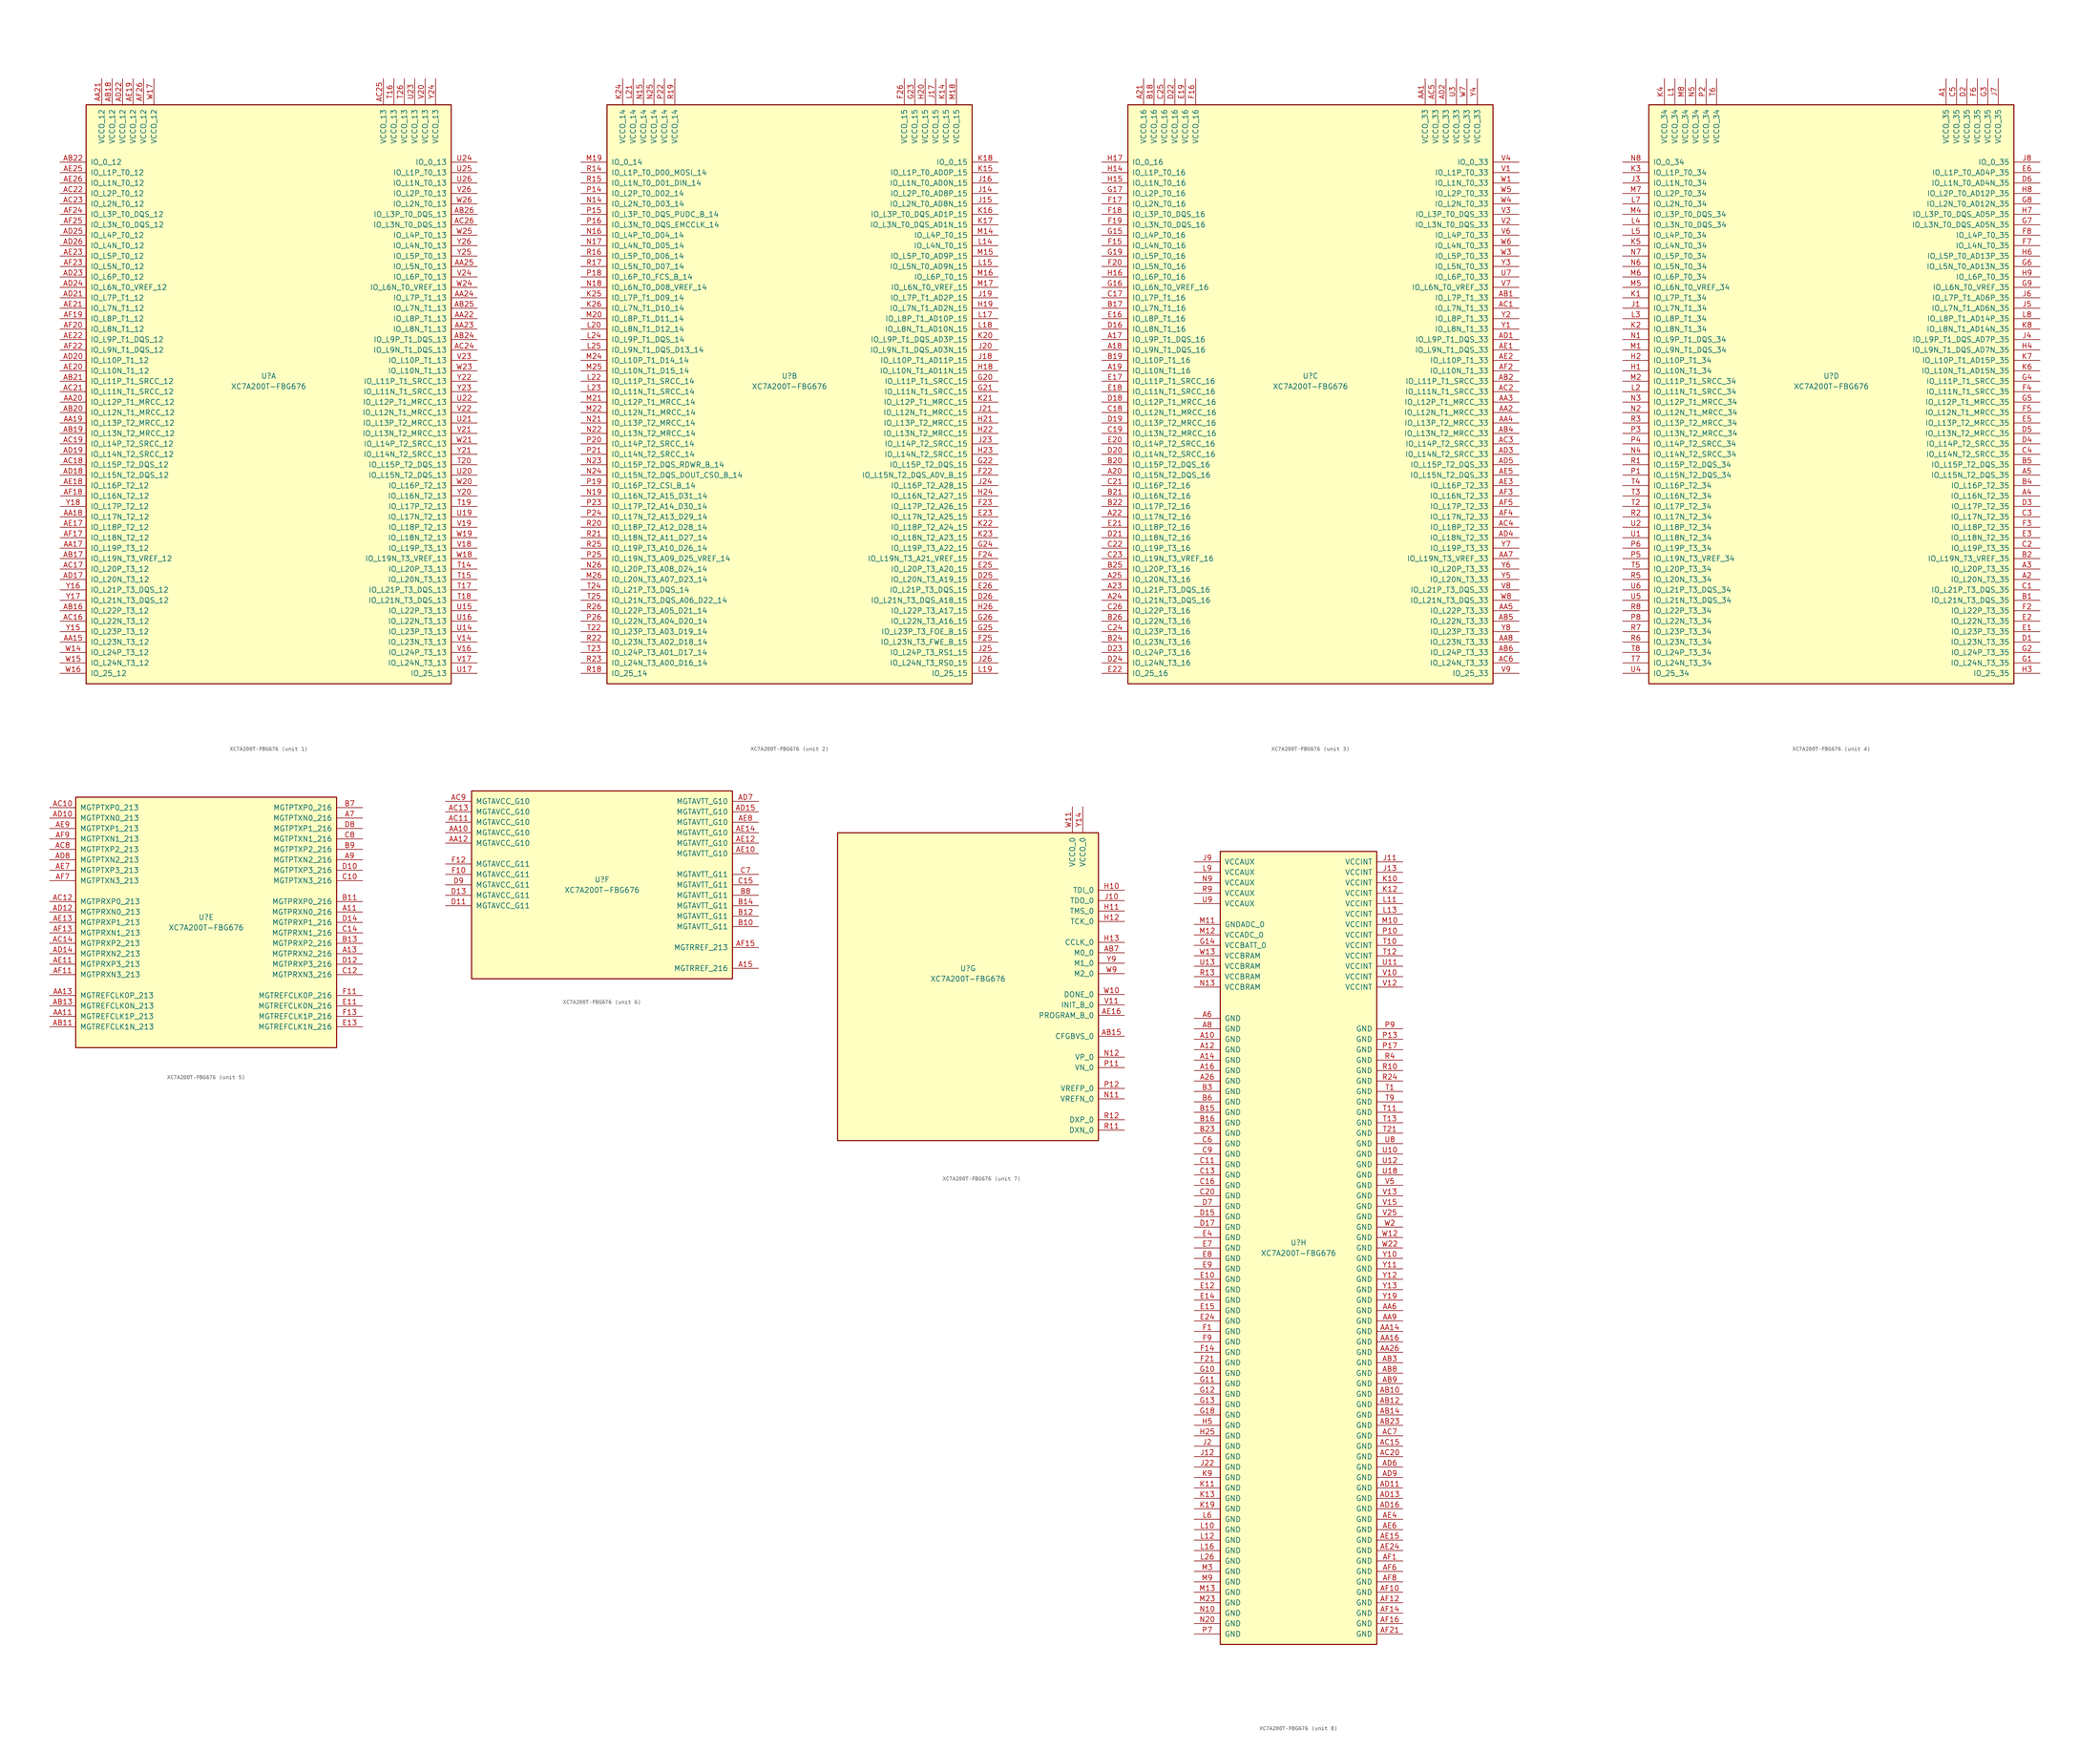
<source format=kicad_sym>
(kicad_symbol_lib
  (version 20201005)
  (generator kicad_symbol_editor)
  (symbol "XC7A200T-FBG676"
    (pin_names
      (offset 1.016))
    (property "Reference" "U"
      (at 0 1.27 0)
      (effects (font (size 1.27 1.27))))
    (property "Value" "XC7A200T-FBG676"
      (at 0 -1.27 0)
      (effects (font (size 1.27 1.27))))
    (property "Datasheet" ""
      (at 0 0 0)
      (effects (font (size 1.27 1.27))))
    (property "ki_locked" ""
      (at 0 0 0)
      (effects (font (size 1.27 1.27))))
    (symbol "XC7A200T-FBG676_1_1"
      (rectangle (start -44.45 67.31) (end 44.45 -73.66) (stroke (width 0.254)) (fill (type background)))
      (pin power_in line (at -40.64 73.66 270) (length 6.35) (name "VCCO_12" (effects (font (size 1.27 1.27)))) (number "AA21" (effects (font (size 1.27 1.27)))))
      (pin power_in line (at -38.1 73.66 270) (length 6.35) (name "VCCO_12" (effects (font (size 1.27 1.27)))) (number "AB18" (effects (font (size 1.27 1.27)))))
      (pin power_in line (at -35.56 73.66 270) (length 6.35) (name "VCCO_12" (effects (font (size 1.27 1.27)))) (number "AD22" (effects (font (size 1.27 1.27)))))
      (pin power_in line (at -33.02 73.66 270) (length 6.35) (name "VCCO_12" (effects (font (size 1.27 1.27)))) (number "AE19" (effects (font (size 1.27 1.27)))))
      (pin power_in line (at -30.48 73.66 270) (length 6.35) (name "VCCO_12" (effects (font (size 1.27 1.27)))) (number "AF26" (effects (font (size 1.27 1.27)))))
      (pin power_in line (at -27.94 73.66 270) (length 6.35) (name "VCCO_12" (effects (font (size 1.27 1.27)))) (number "W17" (effects (font (size 1.27 1.27)))))
      (pin bidirectional line (at -50.8 53.34 0) (length 6.35) (name "IO_0_12" (effects (font (size 1.27 1.27)))) (number "AB22" (effects (font (size 1.27 1.27)))))
      (pin bidirectional line (at -50.8 50.8 0) (length 6.35) (name "IO_L1P_T0_12" (effects (font (size 1.27 1.27)))) (number "AE25" (effects (font (size 1.27 1.27)))))
      (pin bidirectional line (at -50.8 48.26 0) (length 6.35) (name "IO_L1N_T0_12" (effects (font (size 1.27 1.27)))) (number "AE26" (effects (font (size 1.27 1.27)))))
      (pin bidirectional line (at -50.8 45.72 0) (length 6.35) (name "IO_L2P_T0_12" (effects (font (size 1.27 1.27)))) (number "AC22" (effects (font (size 1.27 1.27)))))
      (pin bidirectional line (at -50.8 43.18 0) (length 6.35) (name "IO_L2N_T0_12" (effects (font (size 1.27 1.27)))) (number "AC23" (effects (font (size 1.27 1.27)))))
      (pin bidirectional line (at -50.8 40.64 0) (length 6.35) (name "IO_L3P_T0_DQS_12" (effects (font (size 1.27 1.27)))) (number "AF24" (effects (font (size 1.27 1.27)))))
      (pin bidirectional line (at -50.8 38.1 0) (length 6.35) (name "IO_L3N_T0_DQS_12" (effects (font (size 1.27 1.27)))) (number "AF25" (effects (font (size 1.27 1.27)))))
      (pin bidirectional line (at -50.8 35.56 0) (length 6.35) (name "IO_L4P_T0_12" (effects (font (size 1.27 1.27)))) (number "AD25" (effects (font (size 1.27 1.27)))))
      (pin bidirectional line (at -50.8 33.02 0) (length 6.35) (name "IO_L4N_T0_12" (effects (font (size 1.27 1.27)))) (number "AD26" (effects (font (size 1.27 1.27)))))
      (pin bidirectional line (at -50.8 30.48 0) (length 6.35) (name "IO_L5P_T0_12" (effects (font (size 1.27 1.27)))) (number "AE23" (effects (font (size 1.27 1.27)))))
      (pin bidirectional line (at -50.8 27.94 0) (length 6.35) (name "IO_L5N_T0_12" (effects (font (size 1.27 1.27)))) (number "AF23" (effects (font (size 1.27 1.27)))))
      (pin bidirectional line (at -50.8 25.4 0) (length 6.35) (name "IO_L6P_T0_12" (effects (font (size 1.27 1.27)))) (number "AD23" (effects (font (size 1.27 1.27)))))
      (pin bidirectional line (at -50.8 22.86 0) (length 6.35) (name "IO_L6N_T0_VREF_12" (effects (font (size 1.27 1.27)))) (number "AD24" (effects (font (size 1.27 1.27)))))
      (pin bidirectional line (at -50.8 20.32 0) (length 6.35) (name "IO_L7P_T1_12" (effects (font (size 1.27 1.27)))) (number "AD21" (effects (font (size 1.27 1.27)))))
      (pin bidirectional line (at -50.8 17.78 0) (length 6.35) (name "IO_L7N_T1_12" (effects (font (size 1.27 1.27)))) (number "AE21" (effects (font (size 1.27 1.27)))))
      (pin bidirectional line (at -50.8 15.24 0) (length 6.35) (name "IO_L8P_T1_12" (effects (font (size 1.27 1.27)))) (number "AF19" (effects (font (size 1.27 1.27)))))
      (pin bidirectional line (at -50.8 12.7 0) (length 6.35) (name "IO_L8N_T1_12" (effects (font (size 1.27 1.27)))) (number "AF20" (effects (font (size 1.27 1.27)))))
      (pin bidirectional line (at -50.8 10.16 0) (length 6.35) (name "IO_L9P_T1_DQS_12" (effects (font (size 1.27 1.27)))) (number "AE22" (effects (font (size 1.27 1.27)))))
      (pin bidirectional line (at -50.8 7.62 0) (length 6.35) (name "IO_L9N_T1_DQS_12" (effects (font (size 1.27 1.27)))) (number "AF22" (effects (font (size 1.27 1.27)))))
      (pin bidirectional line (at -50.8 5.08 0) (length 6.35) (name "IO_L10P_T1_12" (effects (font (size 1.27 1.27)))) (number "AD20" (effects (font (size 1.27 1.27)))))
      (pin bidirectional line (at -50.8 2.54 0) (length 6.35) (name "IO_L10N_T1_12" (effects (font (size 1.27 1.27)))) (number "AE20" (effects (font (size 1.27 1.27)))))
      (pin bidirectional line (at -50.8 0 0) (length 6.35) (name "IO_L11P_T1_SRCC_12" (effects (font (size 1.27 1.27)))) (number "AB21" (effects (font (size 1.27 1.27)))))
      (pin bidirectional line (at -50.8 -2.54 0) (length 6.35) (name "IO_L11N_T1_SRCC_12" (effects (font (size 1.27 1.27)))) (number "AC21" (effects (font (size 1.27 1.27)))))
      (pin bidirectional line (at -50.8 -5.08 0) (length 6.35) (name "IO_L12P_T1_MRCC_12" (effects (font (size 1.27 1.27)))) (number "AA20" (effects (font (size 1.27 1.27)))))
      (pin bidirectional line (at -50.8 -7.62 0) (length 6.35) (name "IO_L12N_T1_MRCC_12" (effects (font (size 1.27 1.27)))) (number "AB20" (effects (font (size 1.27 1.27)))))
      (pin bidirectional line (at -50.8 -10.16 0) (length 6.35) (name "IO_L13P_T2_MRCC_12" (effects (font (size 1.27 1.27)))) (number "AA19" (effects (font (size 1.27 1.27)))))
      (pin bidirectional line (at -50.8 -12.7 0) (length 6.35) (name "IO_L13N_T2_MRCC_12" (effects (font (size 1.27 1.27)))) (number "AB19" (effects (font (size 1.27 1.27)))))
      (pin bidirectional line (at -50.8 -15.24 0) (length 6.35) (name "IO_L14P_T2_SRCC_12" (effects (font (size 1.27 1.27)))) (number "AC19" (effects (font (size 1.27 1.27)))))
      (pin bidirectional line (at -50.8 -17.78 0) (length 6.35) (name "IO_L14N_T2_SRCC_12" (effects (font (size 1.27 1.27)))) (number "AD19" (effects (font (size 1.27 1.27)))))
      (pin bidirectional line (at -50.8 -20.32 0) (length 6.35) (name "IO_L15P_T2_DQS_12" (effects (font (size 1.27 1.27)))) (number "AC18" (effects (font (size 1.27 1.27)))))
      (pin bidirectional line (at -50.8 -22.86 0) (length 6.35) (name "IO_L15N_T2_DQS_12" (effects (font (size 1.27 1.27)))) (number "AD18" (effects (font (size 1.27 1.27)))))
      (pin bidirectional line (at -50.8 -25.4 0) (length 6.35) (name "IO_L16P_T2_12" (effects (font (size 1.27 1.27)))) (number "AE18" (effects (font (size 1.27 1.27)))))
      (pin bidirectional line (at -50.8 -27.94 0) (length 6.35) (name "IO_L16N_T2_12" (effects (font (size 1.27 1.27)))) (number "AF18" (effects (font (size 1.27 1.27)))))
      (pin bidirectional line (at -50.8 -30.48 0) (length 6.35) (name "IO_L17P_T2_12" (effects (font (size 1.27 1.27)))) (number "Y18" (effects (font (size 1.27 1.27)))))
      (pin bidirectional line (at -50.8 -33.02 0) (length 6.35) (name "IO_L17N_T2_12" (effects (font (size 1.27 1.27)))) (number "AA18" (effects (font (size 1.27 1.27)))))
      (pin bidirectional line (at -50.8 -35.56 0) (length 6.35) (name "IO_L18P_T2_12" (effects (font (size 1.27 1.27)))) (number "AE17" (effects (font (size 1.27 1.27)))))
      (pin bidirectional line (at -50.8 -38.1 0) (length 6.35) (name "IO_L18N_T2_12" (effects (font (size 1.27 1.27)))) (number "AF17" (effects (font (size 1.27 1.27)))))
      (pin bidirectional line (at -50.8 -40.64 0) (length 6.35) (name "IO_L19P_T3_12" (effects (font (size 1.27 1.27)))) (number "AA17" (effects (font (size 1.27 1.27)))))
      (pin bidirectional line (at -50.8 -43.18 0) (length 6.35) (name "IO_L19N_T3_VREF_12" (effects (font (size 1.27 1.27)))) (number "AB17" (effects (font (size 1.27 1.27)))))
      (pin bidirectional line (at -50.8 -45.72 0) (length 6.35) (name "IO_L20P_T3_12" (effects (font (size 1.27 1.27)))) (number "AC17" (effects (font (size 1.27 1.27)))))
      (pin bidirectional line (at -50.8 -48.26 0) (length 6.35) (name "IO_L20N_T3_12" (effects (font (size 1.27 1.27)))) (number "AD17" (effects (font (size 1.27 1.27)))))
      (pin bidirectional line (at -50.8 -50.8 0) (length 6.35) (name "IO_L21P_T3_DQS_12" (effects (font (size 1.27 1.27)))) (number "Y16" (effects (font (size 1.27 1.27)))))
      (pin bidirectional line (at -50.8 -53.34 0) (length 6.35) (name "IO_L21N_T3_DQS_12" (effects (font (size 1.27 1.27)))) (number "Y17" (effects (font (size 1.27 1.27)))))
      (pin bidirectional line (at -50.8 -55.88 0) (length 6.35) (name "IO_L22P_T3_12" (effects (font (size 1.27 1.27)))) (number "AB16" (effects (font (size 1.27 1.27)))))
      (pin bidirectional line (at -50.8 -58.42 0) (length 6.35) (name "IO_L22N_T3_12" (effects (font (size 1.27 1.27)))) (number "AC16" (effects (font (size 1.27 1.27)))))
      (pin bidirectional line (at -50.8 -60.96 0) (length 6.35) (name "IO_L23P_T3_12" (effects (font (size 1.27 1.27)))) (number "Y15" (effects (font (size 1.27 1.27)))))
      (pin bidirectional line (at -50.8 -63.5 0) (length 6.35) (name "IO_L23N_T3_12" (effects (font (size 1.27 1.27)))) (number "AA15" (effects (font (size 1.27 1.27)))))
      (pin bidirectional line (at -50.8 -66.04 0) (length 6.35) (name "IO_L24P_T3_12" (effects (font (size 1.27 1.27)))) (number "W14" (effects (font (size 1.27 1.27)))))
      (pin bidirectional line (at -50.8 -68.58 0) (length 6.35) (name "IO_L24N_T3_12" (effects (font (size 1.27 1.27)))) (number "W15" (effects (font (size 1.27 1.27)))))
      (pin bidirectional line (at -50.8 -71.12 0) (length 6.35) (name "IO_25_12" (effects (font (size 1.27 1.27)))) (number "W16" (effects (font (size 1.27 1.27)))))
      (pin power_in line (at 27.94 73.66 270) (length 6.35) (name "VCCO_13" (effects (font (size 1.27 1.27)))) (number "AC25" (effects (font (size 1.27 1.27)))))
      (pin power_in line (at 30.48 73.66 270) (length 6.35) (name "VCCO_13" (effects (font (size 1.27 1.27)))) (number "T16" (effects (font (size 1.27 1.27)))))
      (pin power_in line (at 33.02 73.66 270) (length 6.35) (name "VCCO_13" (effects (font (size 1.27 1.27)))) (number "T26" (effects (font (size 1.27 1.27)))))
      (pin power_in line (at 35.56 73.66 270) (length 6.35) (name "VCCO_13" (effects (font (size 1.27 1.27)))) (number "U23" (effects (font (size 1.27 1.27)))))
      (pin power_in line (at 38.1 73.66 270) (length 6.35) (name "VCCO_13" (effects (font (size 1.27 1.27)))) (number "V20" (effects (font (size 1.27 1.27)))))
      (pin power_in line (at 40.64 73.66 270) (length 6.35) (name "VCCO_13" (effects (font (size 1.27 1.27)))) (number "Y24" (effects (font (size 1.27 1.27)))))
      (pin bidirectional line (at 50.8 53.34 180) (length 6.35) (name "IO_0_13" (effects (font (size 1.27 1.27)))) (number "U24" (effects (font (size 1.27 1.27)))))
      (pin bidirectional line (at 50.8 50.8 180) (length 6.35) (name "IO_L1P_T0_13" (effects (font (size 1.27 1.27)))) (number "U25" (effects (font (size 1.27 1.27)))))
      (pin bidirectional line (at 50.8 48.26 180) (length 6.35) (name "IO_L1N_T0_13" (effects (font (size 1.27 1.27)))) (number "U26" (effects (font (size 1.27 1.27)))))
      (pin bidirectional line (at 50.8 45.72 180) (length 6.35) (name "IO_L2P_T0_13" (effects (font (size 1.27 1.27)))) (number "V26" (effects (font (size 1.27 1.27)))))
      (pin bidirectional line (at 50.8 43.18 180) (length 6.35) (name "IO_L2N_T0_13" (effects (font (size 1.27 1.27)))) (number "W26" (effects (font (size 1.27 1.27)))))
      (pin bidirectional line (at 50.8 40.64 180) (length 6.35) (name "IO_L3P_T0_DQS_13" (effects (font (size 1.27 1.27)))) (number "AB26" (effects (font (size 1.27 1.27)))))
      (pin bidirectional line (at 50.8 38.1 180) (length 6.35) (name "IO_L3N_T0_DQS_13" (effects (font (size 1.27 1.27)))) (number "AC26" (effects (font (size 1.27 1.27)))))
      (pin bidirectional line (at 50.8 35.56 180) (length 6.35) (name "IO_L4P_T0_13" (effects (font (size 1.27 1.27)))) (number "W25" (effects (font (size 1.27 1.27)))))
      (pin bidirectional line (at 50.8 33.02 180) (length 6.35) (name "IO_L4N_T0_13" (effects (font (size 1.27 1.27)))) (number "Y26" (effects (font (size 1.27 1.27)))))
      (pin bidirectional line (at 50.8 30.48 180) (length 6.35) (name "IO_L5P_T0_13" (effects (font (size 1.27 1.27)))) (number "Y25" (effects (font (size 1.27 1.27)))))
      (pin bidirectional line (at 50.8 27.94 180) (length 6.35) (name "IO_L5N_T0_13" (effects (font (size 1.27 1.27)))) (number "AA25" (effects (font (size 1.27 1.27)))))
      (pin bidirectional line (at 50.8 25.4 180) (length 6.35) (name "IO_L6P_T0_13" (effects (font (size 1.27 1.27)))) (number "V24" (effects (font (size 1.27 1.27)))))
      (pin bidirectional line (at 50.8 22.86 180) (length 6.35) (name "IO_L6N_T0_VREF_13" (effects (font (size 1.27 1.27)))) (number "W24" (effects (font (size 1.27 1.27)))))
      (pin bidirectional line (at 50.8 20.32 180) (length 6.35) (name "IO_L7P_T1_13" (effects (font (size 1.27 1.27)))) (number "AA24" (effects (font (size 1.27 1.27)))))
      (pin bidirectional line (at 50.8 17.78 180) (length 6.35) (name "IO_L7N_T1_13" (effects (font (size 1.27 1.27)))) (number "AB25" (effects (font (size 1.27 1.27)))))
      (pin bidirectional line (at 50.8 15.24 180) (length 6.35) (name "IO_L8P_T1_13" (effects (font (size 1.27 1.27)))) (number "AA22" (effects (font (size 1.27 1.27)))))
      (pin bidirectional line (at 50.8 12.7 180) (length 6.35) (name "IO_L8N_T1_13" (effects (font (size 1.27 1.27)))) (number "AA23" (effects (font (size 1.27 1.27)))))
      (pin bidirectional line (at 50.8 10.16 180) (length 6.35) (name "IO_L9P_T1_DQS_13" (effects (font (size 1.27 1.27)))) (number "AB24" (effects (font (size 1.27 1.27)))))
      (pin bidirectional line (at 50.8 7.62 180) (length 6.35) (name "IO_L9N_T1_DQS_13" (effects (font (size 1.27 1.27)))) (number "AC24" (effects (font (size 1.27 1.27)))))
      (pin bidirectional line (at 50.8 5.08 180) (length 6.35) (name "IO_L10P_T1_13" (effects (font (size 1.27 1.27)))) (number "V23" (effects (font (size 1.27 1.27)))))
      (pin bidirectional line (at 50.8 2.54 180) (length 6.35) (name "IO_L10N_T1_13" (effects (font (size 1.27 1.27)))) (number "W23" (effects (font (size 1.27 1.27)))))
      (pin bidirectional line (at 50.8 0 180) (length 6.35) (name "IO_L11P_T1_SRCC_13" (effects (font (size 1.27 1.27)))) (number "Y22" (effects (font (size 1.27 1.27)))))
      (pin bidirectional line (at 50.8 -2.54 180) (length 6.35) (name "IO_L11N_T1_SRCC_13" (effects (font (size 1.27 1.27)))) (number "Y23" (effects (font (size 1.27 1.27)))))
      (pin bidirectional line (at 50.8 -5.08 180) (length 6.35) (name "IO_L12P_T1_MRCC_13" (effects (font (size 1.27 1.27)))) (number "U22" (effects (font (size 1.27 1.27)))))
      (pin bidirectional line (at 50.8 -7.62 180) (length 6.35) (name "IO_L12N_T1_MRCC_13" (effects (font (size 1.27 1.27)))) (number "V22" (effects (font (size 1.27 1.27)))))
      (pin bidirectional line (at 50.8 -10.16 180) (length 6.35) (name "IO_L13P_T2_MRCC_13" (effects (font (size 1.27 1.27)))) (number "U21" (effects (font (size 1.27 1.27)))))
      (pin bidirectional line (at 50.8 -12.7 180) (length 6.35) (name "IO_L13N_T2_MRCC_13" (effects (font (size 1.27 1.27)))) (number "V21" (effects (font (size 1.27 1.27)))))
      (pin bidirectional line (at 50.8 -15.24 180) (length 6.35) (name "IO_L14P_T2_SRCC_13" (effects (font (size 1.27 1.27)))) (number "W21" (effects (font (size 1.27 1.27)))))
      (pin bidirectional line (at 50.8 -17.78 180) (length 6.35) (name "IO_L14N_T2_SRCC_13" (effects (font (size 1.27 1.27)))) (number "Y21" (effects (font (size 1.27 1.27)))))
      (pin bidirectional line (at 50.8 -20.32 180) (length 6.35) (name "IO_L15P_T2_DQS_13" (effects (font (size 1.27 1.27)))) (number "T20" (effects (font (size 1.27 1.27)))))
      (pin bidirectional line (at 50.8 -22.86 180) (length 6.35) (name "IO_L15N_T2_DQS_13" (effects (font (size 1.27 1.27)))) (number "U20" (effects (font (size 1.27 1.27)))))
      (pin bidirectional line (at 50.8 -25.4 180) (length 6.35) (name "IO_L16P_T2_13" (effects (font (size 1.27 1.27)))) (number "W20" (effects (font (size 1.27 1.27)))))
      (pin bidirectional line (at 50.8 -27.94 180) (length 6.35) (name "IO_L16N_T2_13" (effects (font (size 1.27 1.27)))) (number "Y20" (effects (font (size 1.27 1.27)))))
      (pin bidirectional line (at 50.8 -30.48 180) (length 6.35) (name "IO_L17P_T2_13" (effects (font (size 1.27 1.27)))) (number "T19" (effects (font (size 1.27 1.27)))))
      (pin bidirectional line (at 50.8 -33.02 180) (length 6.35) (name "IO_L17N_T2_13" (effects (font (size 1.27 1.27)))) (number "U19" (effects (font (size 1.27 1.27)))))
      (pin bidirectional line (at 50.8 -35.56 180) (length 6.35) (name "IO_L18P_T2_13" (effects (font (size 1.27 1.27)))) (number "V19" (effects (font (size 1.27 1.27)))))
      (pin bidirectional line (at 50.8 -38.1 180) (length 6.35) (name "IO_L18N_T2_13" (effects (font (size 1.27 1.27)))) (number "W19" (effects (font (size 1.27 1.27)))))
      (pin bidirectional line (at 50.8 -40.64 180) (length 6.35) (name "IO_L19P_T3_13" (effects (font (size 1.27 1.27)))) (number "V18" (effects (font (size 1.27 1.27)))))
      (pin bidirectional line (at 50.8 -43.18 180) (length 6.35) (name "IO_L19N_T3_VREF_13" (effects (font (size 1.27 1.27)))) (number "W18" (effects (font (size 1.27 1.27)))))
      (pin bidirectional line (at 50.8 -45.72 180) (length 6.35) (name "IO_L20P_T3_13" (effects (font (size 1.27 1.27)))) (number "T14" (effects (font (size 1.27 1.27)))))
      (pin bidirectional line (at 50.8 -48.26 180) (length 6.35) (name "IO_L20N_T3_13" (effects (font (size 1.27 1.27)))) (number "T15" (effects (font (size 1.27 1.27)))))
      (pin bidirectional line (at 50.8 -50.8 180) (length 6.35) (name "IO_L21P_T3_DQS_13" (effects (font (size 1.27 1.27)))) (number "T17" (effects (font (size 1.27 1.27)))))
      (pin bidirectional line (at 50.8 -53.34 180) (length 6.35) (name "IO_L21N_T3_DQS_13" (effects (font (size 1.27 1.27)))) (number "T18" (effects (font (size 1.27 1.27)))))
      (pin bidirectional line (at 50.8 -55.88 180) (length 6.35) (name "IO_L22P_T3_13" (effects (font (size 1.27 1.27)))) (number "U15" (effects (font (size 1.27 1.27)))))
      (pin bidirectional line (at 50.8 -58.42 180) (length 6.35) (name "IO_L22N_T3_13" (effects (font (size 1.27 1.27)))) (number "U16" (effects (font (size 1.27 1.27)))))
      (pin bidirectional line (at 50.8 -60.96 180) (length 6.35) (name "IO_L23P_T3_13" (effects (font (size 1.27 1.27)))) (number "U14" (effects (font (size 1.27 1.27)))))
      (pin bidirectional line (at 50.8 -63.5 180) (length 6.35) (name "IO_L23N_T3_13" (effects (font (size 1.27 1.27)))) (number "V14" (effects (font (size 1.27 1.27)))))
      (pin bidirectional line (at 50.8 -66.04 180) (length 6.35) (name "IO_L24P_T3_13" (effects (font (size 1.27 1.27)))) (number "V16" (effects (font (size 1.27 1.27)))))
      (pin bidirectional line (at 50.8 -68.58 180) (length 6.35) (name "IO_L24N_T3_13" (effects (font (size 1.27 1.27)))) (number "V17" (effects (font (size 1.27 1.27)))))
      (pin bidirectional line (at 50.8 -71.12 180) (length 6.35) (name "IO_25_13" (effects (font (size 1.27 1.27)))) (number "U17" (effects (font (size 1.27 1.27))))))
    (symbol "XC7A200T-FBG676_2_1"
      (rectangle (start -44.45 67.31) (end 44.45 -73.66) (stroke (width 0.254)) (fill (type background)))
      (pin power_in line (at -40.64 73.66 270) (length 6.35) (name "VCCO_14" (effects (font (size 1.27 1.27)))) (number "K24" (effects (font (size 1.27 1.27)))))
      (pin power_in line (at -38.1 73.66 270) (length 6.35) (name "VCCO_14" (effects (font (size 1.27 1.27)))) (number "L21" (effects (font (size 1.27 1.27)))))
      (pin power_in line (at -35.56 73.66 270) (length 6.35) (name "VCCO_14" (effects (font (size 1.27 1.27)))) (number "N15" (effects (font (size 1.27 1.27)))))
      (pin power_in line (at -33.02 73.66 270) (length 6.35) (name "VCCO_14" (effects (font (size 1.27 1.27)))) (number "N25" (effects (font (size 1.27 1.27)))))
      (pin power_in line (at -30.48 73.66 270) (length 6.35) (name "VCCO_14" (effects (font (size 1.27 1.27)))) (number "P22" (effects (font (size 1.27 1.27)))))
      (pin power_in line (at -27.94 73.66 270) (length 6.35) (name "VCCO_14" (effects (font (size 1.27 1.27)))) (number "R19" (effects (font (size 1.27 1.27)))))
      (pin bidirectional line (at -50.8 53.34 0) (length 6.35) (name "IO_0_14" (effects (font (size 1.27 1.27)))) (number "M19" (effects (font (size 1.27 1.27)))))
      (pin bidirectional line (at -50.8 50.8 0) (length 6.35) (name "IO_L1P_T0_D00_MOSI_14" (effects (font (size 1.27 1.27)))) (number "R14" (effects (font (size 1.27 1.27)))))
      (pin bidirectional line (at -50.8 48.26 0) (length 6.35) (name "IO_L1N_T0_D01_DIN_14" (effects (font (size 1.27 1.27)))) (number "R15" (effects (font (size 1.27 1.27)))))
      (pin bidirectional line (at -50.8 45.72 0) (length 6.35) (name "IO_L2P_T0_D02_14" (effects (font (size 1.27 1.27)))) (number "P14" (effects (font (size 1.27 1.27)))))
      (pin bidirectional line (at -50.8 43.18 0) (length 6.35) (name "IO_L2N_T0_D03_14" (effects (font (size 1.27 1.27)))) (number "N14" (effects (font (size 1.27 1.27)))))
      (pin bidirectional line (at -50.8 40.64 0) (length 6.35) (name "IO_L3P_T0_DQS_PUDC_B_14" (effects (font (size 1.27 1.27)))) (number "P15" (effects (font (size 1.27 1.27)))))
      (pin bidirectional line (at -50.8 38.1 0) (length 6.35) (name "IO_L3N_T0_DQS_EMCCLK_14" (effects (font (size 1.27 1.27)))) (number "P16" (effects (font (size 1.27 1.27)))))
      (pin bidirectional line (at -50.8 35.56 0) (length 6.35) (name "IO_L4P_T0_D04_14" (effects (font (size 1.27 1.27)))) (number "N16" (effects (font (size 1.27 1.27)))))
      (pin bidirectional line (at -50.8 33.02 0) (length 6.35) (name "IO_L4N_T0_D05_14" (effects (font (size 1.27 1.27)))) (number "N17" (effects (font (size 1.27 1.27)))))
      (pin bidirectional line (at -50.8 30.48 0) (length 6.35) (name "IO_L5P_T0_D06_14" (effects (font (size 1.27 1.27)))) (number "R16" (effects (font (size 1.27 1.27)))))
      (pin bidirectional line (at -50.8 27.94 0) (length 6.35) (name "IO_L5N_T0_D07_14" (effects (font (size 1.27 1.27)))) (number "R17" (effects (font (size 1.27 1.27)))))
      (pin bidirectional line (at -50.8 25.4 0) (length 6.35) (name "IO_L6P_T0_FCS_B_14" (effects (font (size 1.27 1.27)))) (number "P18" (effects (font (size 1.27 1.27)))))
      (pin bidirectional line (at -50.8 22.86 0) (length 6.35) (name "IO_L6N_T0_D08_VREF_14" (effects (font (size 1.27 1.27)))) (number "N18" (effects (font (size 1.27 1.27)))))
      (pin bidirectional line (at -50.8 20.32 0) (length 6.35) (name "IO_L7P_T1_D09_14" (effects (font (size 1.27 1.27)))) (number "K25" (effects (font (size 1.27 1.27)))))
      (pin bidirectional line (at -50.8 17.78 0) (length 6.35) (name "IO_L7N_T1_D10_14" (effects (font (size 1.27 1.27)))) (number "K26" (effects (font (size 1.27 1.27)))))
      (pin bidirectional line (at -50.8 15.24 0) (length 6.35) (name "IO_L8P_T1_D11_14" (effects (font (size 1.27 1.27)))) (number "M20" (effects (font (size 1.27 1.27)))))
      (pin bidirectional line (at -50.8 12.7 0) (length 6.35) (name "IO_L8N_T1_D12_14" (effects (font (size 1.27 1.27)))) (number "L20" (effects (font (size 1.27 1.27)))))
      (pin bidirectional line (at -50.8 10.16 0) (length 6.35) (name "IO_L9P_T1_DQS_14" (effects (font (size 1.27 1.27)))) (number "L24" (effects (font (size 1.27 1.27)))))
      (pin bidirectional line (at -50.8 7.62 0) (length 6.35) (name "IO_L9N_T1_DQS_D13_14" (effects (font (size 1.27 1.27)))) (number "L25" (effects (font (size 1.27 1.27)))))
      (pin bidirectional line (at -50.8 5.08 0) (length 6.35) (name "IO_L10P_T1_D14_14" (effects (font (size 1.27 1.27)))) (number "M24" (effects (font (size 1.27 1.27)))))
      (pin bidirectional line (at -50.8 2.54 0) (length 6.35) (name "IO_L10N_T1_D15_14" (effects (font (size 1.27 1.27)))) (number "M25" (effects (font (size 1.27 1.27)))))
      (pin bidirectional line (at -50.8 0 0) (length 6.35) (name "IO_L11P_T1_SRCC_14" (effects (font (size 1.27 1.27)))) (number "L22" (effects (font (size 1.27 1.27)))))
      (pin bidirectional line (at -50.8 -2.54 0) (length 6.35) (name "IO_L11N_T1_SRCC_14" (effects (font (size 1.27 1.27)))) (number "L23" (effects (font (size 1.27 1.27)))))
      (pin bidirectional line (at -50.8 -5.08 0) (length 6.35) (name "IO_L12P_T1_MRCC_14" (effects (font (size 1.27 1.27)))) (number "M21" (effects (font (size 1.27 1.27)))))
      (pin bidirectional line (at -50.8 -7.62 0) (length 6.35) (name "IO_L12N_T1_MRCC_14" (effects (font (size 1.27 1.27)))) (number "M22" (effects (font (size 1.27 1.27)))))
      (pin bidirectional line (at -50.8 -10.16 0) (length 6.35) (name "IO_L13P_T2_MRCC_14" (effects (font (size 1.27 1.27)))) (number "N21" (effects (font (size 1.27 1.27)))))
      (pin bidirectional line (at -50.8 -12.7 0) (length 6.35) (name "IO_L13N_T2_MRCC_14" (effects (font (size 1.27 1.27)))) (number "N22" (effects (font (size 1.27 1.27)))))
      (pin bidirectional line (at -50.8 -15.24 0) (length 6.35) (name "IO_L14P_T2_SRCC_14" (effects (font (size 1.27 1.27)))) (number "P20" (effects (font (size 1.27 1.27)))))
      (pin bidirectional line (at -50.8 -17.78 0) (length 6.35) (name "IO_L14N_T2_SRCC_14" (effects (font (size 1.27 1.27)))) (number "P21" (effects (font (size 1.27 1.27)))))
      (pin bidirectional line (at -50.8 -20.32 0) (length 6.35) (name "IO_L15P_T2_DQS_RDWR_B_14" (effects (font (size 1.27 1.27)))) (number "N23" (effects (font (size 1.27 1.27)))))
      (pin bidirectional line (at -50.8 -22.86 0) (length 6.35) (name "IO_L15N_T2_DQS_DOUT_CSO_B_14" (effects (font (size 1.27 1.27)))) (number "N24" (effects (font (size 1.27 1.27)))))
      (pin bidirectional line (at -50.8 -25.4 0) (length 6.35) (name "IO_L16P_T2_CSI_B_14" (effects (font (size 1.27 1.27)))) (number "P19" (effects (font (size 1.27 1.27)))))
      (pin bidirectional line (at -50.8 -27.94 0) (length 6.35) (name "IO_L16N_T2_A15_D31_14" (effects (font (size 1.27 1.27)))) (number "N19" (effects (font (size 1.27 1.27)))))
      (pin bidirectional line (at -50.8 -30.48 0) (length 6.35) (name "IO_L17P_T2_A14_D30_14" (effects (font (size 1.27 1.27)))) (number "P23" (effects (font (size 1.27 1.27)))))
      (pin bidirectional line (at -50.8 -33.02 0) (length 6.35) (name "IO_L17N_T2_A13_D29_14" (effects (font (size 1.27 1.27)))) (number "P24" (effects (font (size 1.27 1.27)))))
      (pin bidirectional line (at -50.8 -35.56 0) (length 6.35) (name "IO_L18P_T2_A12_D28_14" (effects (font (size 1.27 1.27)))) (number "R20" (effects (font (size 1.27 1.27)))))
      (pin bidirectional line (at -50.8 -38.1 0) (length 6.35) (name "IO_L18N_T2_A11_D27_14" (effects (font (size 1.27 1.27)))) (number "R21" (effects (font (size 1.27 1.27)))))
      (pin bidirectional line (at -50.8 -40.64 0) (length 6.35) (name "IO_L19P_T3_A10_D26_14" (effects (font (size 1.27 1.27)))) (number "R25" (effects (font (size 1.27 1.27)))))
      (pin bidirectional line (at -50.8 -43.18 0) (length 6.35) (name "IO_L19N_T3_A09_D25_VREF_14" (effects (font (size 1.27 1.27)))) (number "P25" (effects (font (size 1.27 1.27)))))
      (pin bidirectional line (at -50.8 -45.72 0) (length 6.35) (name "IO_L20P_T3_A08_D24_14" (effects (font (size 1.27 1.27)))) (number "N26" (effects (font (size 1.27 1.27)))))
      (pin bidirectional line (at -50.8 -48.26 0) (length 6.35) (name "IO_L20N_T3_A07_D23_14" (effects (font (size 1.27 1.27)))) (number "M26" (effects (font (size 1.27 1.27)))))
      (pin bidirectional line (at -50.8 -50.8 0) (length 6.35) (name "IO_L21P_T3_DQS_14" (effects (font (size 1.27 1.27)))) (number "T24" (effects (font (size 1.27 1.27)))))
      (pin bidirectional line (at -50.8 -53.34 0) (length 6.35) (name "IO_L21N_T3_DQS_A06_D22_14" (effects (font (size 1.27 1.27)))) (number "T25" (effects (font (size 1.27 1.27)))))
      (pin bidirectional line (at -50.8 -55.88 0) (length 6.35) (name "IO_L22P_T3_A05_D21_14" (effects (font (size 1.27 1.27)))) (number "R26" (effects (font (size 1.27 1.27)))))
      (pin bidirectional line (at -50.8 -58.42 0) (length 6.35) (name "IO_L22N_T3_A04_D20_14" (effects (font (size 1.27 1.27)))) (number "P26" (effects (font (size 1.27 1.27)))))
      (pin bidirectional line (at -50.8 -60.96 0) (length 6.35) (name "IO_L23P_T3_A03_D19_14" (effects (font (size 1.27 1.27)))) (number "T22" (effects (font (size 1.27 1.27)))))
      (pin bidirectional line (at -50.8 -63.5 0) (length 6.35) (name "IO_L23N_T3_A02_D18_14" (effects (font (size 1.27 1.27)))) (number "R22" (effects (font (size 1.27 1.27)))))
      (pin bidirectional line (at -50.8 -66.04 0) (length 6.35) (name "IO_L24P_T3_A01_D17_14" (effects (font (size 1.27 1.27)))) (number "T23" (effects (font (size 1.27 1.27)))))
      (pin bidirectional line (at -50.8 -68.58 0) (length 6.35) (name "IO_L24N_T3_A00_D16_14" (effects (font (size 1.27 1.27)))) (number "R23" (effects (font (size 1.27 1.27)))))
      (pin bidirectional line (at -50.8 -71.12 0) (length 6.35) (name "IO_25_14" (effects (font (size 1.27 1.27)))) (number "R18" (effects (font (size 1.27 1.27)))))
      (pin power_in line (at 27.94 73.66 270) (length 6.35) (name "VCCO_15" (effects (font (size 1.27 1.27)))) (number "F26" (effects (font (size 1.27 1.27)))))
      (pin power_in line (at 30.48 73.66 270) (length 6.35) (name "VCCO_15" (effects (font (size 1.27 1.27)))) (number "G23" (effects (font (size 1.27 1.27)))))
      (pin power_in line (at 33.02 73.66 270) (length 6.35) (name "VCCO_15" (effects (font (size 1.27 1.27)))) (number "H20" (effects (font (size 1.27 1.27)))))
      (pin power_in line (at 35.56 73.66 270) (length 6.35) (name "VCCO_15" (effects (font (size 1.27 1.27)))) (number "J17" (effects (font (size 1.27 1.27)))))
      (pin power_in line (at 38.1 73.66 270) (length 6.35) (name "VCCO_15" (effects (font (size 1.27 1.27)))) (number "K14" (effects (font (size 1.27 1.27)))))
      (pin power_in line (at 40.64 73.66 270) (length 6.35) (name "VCCO_15" (effects (font (size 1.27 1.27)))) (number "M18" (effects (font (size 1.27 1.27)))))
      (pin bidirectional line (at 50.8 53.34 180) (length 6.35) (name "IO_0_15" (effects (font (size 1.27 1.27)))) (number "K18" (effects (font (size 1.27 1.27)))))
      (pin bidirectional line (at 50.8 50.8 180) (length 6.35) (name "IO_L1P_T0_AD0P_15" (effects (font (size 1.27 1.27)))) (number "K15" (effects (font (size 1.27 1.27)))))
      (pin bidirectional line (at 50.8 48.26 180) (length 6.35) (name "IO_L1N_T0_AD0N_15" (effects (font (size 1.27 1.27)))) (number "J16" (effects (font (size 1.27 1.27)))))
      (pin bidirectional line (at 50.8 45.72 180) (length 6.35) (name "IO_L2P_T0_AD8P_15" (effects (font (size 1.27 1.27)))) (number "J14" (effects (font (size 1.27 1.27)))))
      (pin bidirectional line (at 50.8 43.18 180) (length 6.35) (name "IO_L2N_T0_AD8N_15" (effects (font (size 1.27 1.27)))) (number "J15" (effects (font (size 1.27 1.27)))))
      (pin bidirectional line (at 50.8 40.64 180) (length 6.35) (name "IO_L3P_T0_DQS_AD1P_15" (effects (font (size 1.27 1.27)))) (number "K16" (effects (font (size 1.27 1.27)))))
      (pin bidirectional line (at 50.8 38.1 180) (length 6.35) (name "IO_L3N_T0_DQS_AD1N_15" (effects (font (size 1.27 1.27)))) (number "K17" (effects (font (size 1.27 1.27)))))
      (pin bidirectional line (at 50.8 35.56 180) (length 6.35) (name "IO_L4P_T0_15" (effects (font (size 1.27 1.27)))) (number "M14" (effects (font (size 1.27 1.27)))))
      (pin bidirectional line (at 50.8 33.02 180) (length 6.35) (name "IO_L4N_T0_15" (effects (font (size 1.27 1.27)))) (number "L14" (effects (font (size 1.27 1.27)))))
      (pin bidirectional line (at 50.8 30.48 180) (length 6.35) (name "IO_L5P_T0_AD9P_15" (effects (font (size 1.27 1.27)))) (number "M15" (effects (font (size 1.27 1.27)))))
      (pin bidirectional line (at 50.8 27.94 180) (length 6.35) (name "IO_L5N_T0_AD9N_15" (effects (font (size 1.27 1.27)))) (number "L15" (effects (font (size 1.27 1.27)))))
      (pin bidirectional line (at 50.8 25.4 180) (length 6.35) (name "IO_L6P_T0_15" (effects (font (size 1.27 1.27)))) (number "M16" (effects (font (size 1.27 1.27)))))
      (pin bidirectional line (at 50.8 22.86 180) (length 6.35) (name "IO_L6N_T0_VREF_15" (effects (font (size 1.27 1.27)))) (number "M17" (effects (font (size 1.27 1.27)))))
      (pin bidirectional line (at 50.8 20.32 180) (length 6.35) (name "IO_L7P_T1_AD2P_15" (effects (font (size 1.27 1.27)))) (number "J19" (effects (font (size 1.27 1.27)))))
      (pin bidirectional line (at 50.8 17.78 180) (length 6.35) (name "IO_L7N_T1_AD2N_15" (effects (font (size 1.27 1.27)))) (number "H19" (effects (font (size 1.27 1.27)))))
      (pin bidirectional line (at 50.8 15.24 180) (length 6.35) (name "IO_L8P_T1_AD10P_15" (effects (font (size 1.27 1.27)))) (number "L17" (effects (font (size 1.27 1.27)))))
      (pin bidirectional line (at 50.8 12.7 180) (length 6.35) (name "IO_L8N_T1_AD10N_15" (effects (font (size 1.27 1.27)))) (number "L18" (effects (font (size 1.27 1.27)))))
      (pin bidirectional line (at 50.8 10.16 180) (length 6.35) (name "IO_L9P_T1_DQS_AD3P_15" (effects (font (size 1.27 1.27)))) (number "K20" (effects (font (size 1.27 1.27)))))
      (pin bidirectional line (at 50.8 7.62 180) (length 6.35) (name "IO_L9N_T1_DQS_AD3N_15" (effects (font (size 1.27 1.27)))) (number "J20" (effects (font (size 1.27 1.27)))))
      (pin bidirectional line (at 50.8 5.08 180) (length 6.35) (name "IO_L10P_T1_AD11P_15" (effects (font (size 1.27 1.27)))) (number "J18" (effects (font (size 1.27 1.27)))))
      (pin bidirectional line (at 50.8 2.54 180) (length 6.35) (name "IO_L10N_T1_AD11N_15" (effects (font (size 1.27 1.27)))) (number "H18" (effects (font (size 1.27 1.27)))))
      (pin bidirectional line (at 50.8 0 180) (length 6.35) (name "IO_L11P_T1_SRCC_15" (effects (font (size 1.27 1.27)))) (number "G20" (effects (font (size 1.27 1.27)))))
      (pin bidirectional line (at 50.8 -2.54 180) (length 6.35) (name "IO_L11N_T1_SRCC_15" (effects (font (size 1.27 1.27)))) (number "G21" (effects (font (size 1.27 1.27)))))
      (pin bidirectional line (at 50.8 -5.08 180) (length 6.35) (name "IO_L12P_T1_MRCC_15" (effects (font (size 1.27 1.27)))) (number "K21" (effects (font (size 1.27 1.27)))))
      (pin bidirectional line (at 50.8 -7.62 180) (length 6.35) (name "IO_L12N_T1_MRCC_15" (effects (font (size 1.27 1.27)))) (number "J21" (effects (font (size 1.27 1.27)))))
      (pin bidirectional line (at 50.8 -10.16 180) (length 6.35) (name "IO_L13P_T2_MRCC_15" (effects (font (size 1.27 1.27)))) (number "H21" (effects (font (size 1.27 1.27)))))
      (pin bidirectional line (at 50.8 -12.7 180) (length 6.35) (name "IO_L13N_T2_MRCC_15" (effects (font (size 1.27 1.27)))) (number "H22" (effects (font (size 1.27 1.27)))))
      (pin bidirectional line (at 50.8 -15.24 180) (length 6.35) (name "IO_L14P_T2_SRCC_15" (effects (font (size 1.27 1.27)))) (number "J23" (effects (font (size 1.27 1.27)))))
      (pin bidirectional line (at 50.8 -17.78 180) (length 6.35) (name "IO_L14N_T2_SRCC_15" (effects (font (size 1.27 1.27)))) (number "H23" (effects (font (size 1.27 1.27)))))
      (pin bidirectional line (at 50.8 -20.32 180) (length 6.35) (name "IO_L15P_T2_DQS_15" (effects (font (size 1.27 1.27)))) (number "G22" (effects (font (size 1.27 1.27)))))
      (pin bidirectional line (at 50.8 -22.86 180) (length 6.35) (name "IO_L15N_T2_DQS_ADV_B_15" (effects (font (size 1.27 1.27)))) (number "F22" (effects (font (size 1.27 1.27)))))
      (pin bidirectional line (at 50.8 -25.4 180) (length 6.35) (name "IO_L16P_T2_A28_15" (effects (font (size 1.27 1.27)))) (number "J24" (effects (font (size 1.27 1.27)))))
      (pin bidirectional line (at 50.8 -27.94 180) (length 6.35) (name "IO_L16N_T2_A27_15" (effects (font (size 1.27 1.27)))) (number "H24" (effects (font (size 1.27 1.27)))))
      (pin bidirectional line (at 50.8 -30.48 180) (length 6.35) (name "IO_L17P_T2_A26_15" (effects (font (size 1.27 1.27)))) (number "F23" (effects (font (size 1.27 1.27)))))
      (pin bidirectional line (at 50.8 -33.02 180) (length 6.35) (name "IO_L17N_T2_A25_15" (effects (font (size 1.27 1.27)))) (number "E23" (effects (font (size 1.27 1.27)))))
      (pin bidirectional line (at 50.8 -35.56 180) (length 6.35) (name "IO_L18P_T2_A24_15" (effects (font (size 1.27 1.27)))) (number "K22" (effects (font (size 1.27 1.27)))))
      (pin bidirectional line (at 50.8 -38.1 180) (length 6.35) (name "IO_L18N_T2_A23_15" (effects (font (size 1.27 1.27)))) (number "K23" (effects (font (size 1.27 1.27)))))
      (pin bidirectional line (at 50.8 -40.64 180) (length 6.35) (name "IO_L19P_T3_A22_15" (effects (font (size 1.27 1.27)))) (number "G24" (effects (font (size 1.27 1.27)))))
      (pin bidirectional line (at 50.8 -43.18 180) (length 6.35) (name "IO_L19N_T3_A21_VREF_15" (effects (font (size 1.27 1.27)))) (number "F24" (effects (font (size 1.27 1.27)))))
      (pin bidirectional line (at 50.8 -45.72 180) (length 6.35) (name "IO_L20P_T3_A20_15" (effects (font (size 1.27 1.27)))) (number "E25" (effects (font (size 1.27 1.27)))))
      (pin bidirectional line (at 50.8 -48.26 180) (length 6.35) (name "IO_L20N_T3_A19_15" (effects (font (size 1.27 1.27)))) (number "D25" (effects (font (size 1.27 1.27)))))
      (pin bidirectional line (at 50.8 -50.8 180) (length 6.35) (name "IO_L21P_T3_DQS_15" (effects (font (size 1.27 1.27)))) (number "E26" (effects (font (size 1.27 1.27)))))
      (pin bidirectional line (at 50.8 -53.34 180) (length 6.35) (name "IO_L21N_T3_DQS_A18_15" (effects (font (size 1.27 1.27)))) (number "D26" (effects (font (size 1.27 1.27)))))
      (pin bidirectional line (at 50.8 -55.88 180) (length 6.35) (name "IO_L22P_T3_A17_15" (effects (font (size 1.27 1.27)))) (number "H26" (effects (font (size 1.27 1.27)))))
      (pin bidirectional line (at 50.8 -58.42 180) (length 6.35) (name "IO_L22N_T3_A16_15" (effects (font (size 1.27 1.27)))) (number "G26" (effects (font (size 1.27 1.27)))))
      (pin bidirectional line (at 50.8 -60.96 180) (length 6.35) (name "IO_L23P_T3_FOE_B_15" (effects (font (size 1.27 1.27)))) (number "G25" (effects (font (size 1.27 1.27)))))
      (pin bidirectional line (at 50.8 -63.5 180) (length 6.35) (name "IO_L23N_T3_FWE_B_15" (effects (font (size 1.27 1.27)))) (number "F25" (effects (font (size 1.27 1.27)))))
      (pin bidirectional line (at 50.8 -66.04 180) (length 6.35) (name "IO_L24P_T3_RS1_15" (effects (font (size 1.27 1.27)))) (number "J25" (effects (font (size 1.27 1.27)))))
      (pin bidirectional line (at 50.8 -68.58 180) (length 6.35) (name "IO_L24N_T3_RS0_15" (effects (font (size 1.27 1.27)))) (number "J26" (effects (font (size 1.27 1.27)))))
      (pin bidirectional line (at 50.8 -71.12 180) (length 6.35) (name "IO_25_15" (effects (font (size 1.27 1.27)))) (number "L19" (effects (font (size 1.27 1.27))))))
    (symbol "XC7A200T-FBG676_3_1"
      (rectangle (start -44.45 67.31) (end 44.45 -73.66) (stroke (width 0.254)) (fill (type background)))
      (pin power_in line (at -40.64 73.66 270) (length 6.35) (name "VCCO_16" (effects (font (size 1.27 1.27)))) (number "A21" (effects (font (size 1.27 1.27)))))
      (pin power_in line (at -38.1 73.66 270) (length 6.35) (name "VCCO_16" (effects (font (size 1.27 1.27)))) (number "B18" (effects (font (size 1.27 1.27)))))
      (pin power_in line (at -35.56 73.66 270) (length 6.35) (name "VCCO_16" (effects (font (size 1.27 1.27)))) (number "C25" (effects (font (size 1.27 1.27)))))
      (pin power_in line (at -33.02 73.66 270) (length 6.35) (name "VCCO_16" (effects (font (size 1.27 1.27)))) (number "D22" (effects (font (size 1.27 1.27)))))
      (pin power_in line (at -30.48 73.66 270) (length 6.35) (name "VCCO_16" (effects (font (size 1.27 1.27)))) (number "E19" (effects (font (size 1.27 1.27)))))
      (pin power_in line (at -27.94 73.66 270) (length 6.35) (name "VCCO_16" (effects (font (size 1.27 1.27)))) (number "F16" (effects (font (size 1.27 1.27)))))
      (pin bidirectional line (at -50.8 53.34 0) (length 6.35) (name "IO_0_16" (effects (font (size 1.27 1.27)))) (number "H17" (effects (font (size 1.27 1.27)))))
      (pin bidirectional line (at -50.8 50.8 0) (length 6.35) (name "IO_L1P_T0_16" (effects (font (size 1.27 1.27)))) (number "H14" (effects (font (size 1.27 1.27)))))
      (pin bidirectional line (at -50.8 48.26 0) (length 6.35) (name "IO_L1N_T0_16" (effects (font (size 1.27 1.27)))) (number "H15" (effects (font (size 1.27 1.27)))))
      (pin bidirectional line (at -50.8 45.72 0) (length 6.35) (name "IO_L2P_T0_16" (effects (font (size 1.27 1.27)))) (number "G17" (effects (font (size 1.27 1.27)))))
      (pin bidirectional line (at -50.8 43.18 0) (length 6.35) (name "IO_L2N_T0_16" (effects (font (size 1.27 1.27)))) (number "F17" (effects (font (size 1.27 1.27)))))
      (pin bidirectional line (at -50.8 40.64 0) (length 6.35) (name "IO_L3P_T0_DQS_16" (effects (font (size 1.27 1.27)))) (number "F18" (effects (font (size 1.27 1.27)))))
      (pin bidirectional line (at -50.8 38.1 0) (length 6.35) (name "IO_L3N_T0_DQS_16" (effects (font (size 1.27 1.27)))) (number "F19" (effects (font (size 1.27 1.27)))))
      (pin bidirectional line (at -50.8 35.56 0) (length 6.35) (name "IO_L4P_T0_16" (effects (font (size 1.27 1.27)))) (number "G15" (effects (font (size 1.27 1.27)))))
      (pin bidirectional line (at -50.8 33.02 0) (length 6.35) (name "IO_L4N_T0_16" (effects (font (size 1.27 1.27)))) (number "F15" (effects (font (size 1.27 1.27)))))
      (pin bidirectional line (at -50.8 30.48 0) (length 6.35) (name "IO_L5P_T0_16" (effects (font (size 1.27 1.27)))) (number "G19" (effects (font (size 1.27 1.27)))))
      (pin bidirectional line (at -50.8 27.94 0) (length 6.35) (name "IO_L5N_T0_16" (effects (font (size 1.27 1.27)))) (number "F20" (effects (font (size 1.27 1.27)))))
      (pin bidirectional line (at -50.8 25.4 0) (length 6.35) (name "IO_L6P_T0_16" (effects (font (size 1.27 1.27)))) (number "H16" (effects (font (size 1.27 1.27)))))
      (pin bidirectional line (at -50.8 22.86 0) (length 6.35) (name "IO_L6N_T0_VREF_16" (effects (font (size 1.27 1.27)))) (number "G16" (effects (font (size 1.27 1.27)))))
      (pin bidirectional line (at -50.8 20.32 0) (length 6.35) (name "IO_L7P_T1_16" (effects (font (size 1.27 1.27)))) (number "C17" (effects (font (size 1.27 1.27)))))
      (pin bidirectional line (at -50.8 17.78 0) (length 6.35) (name "IO_L7N_T1_16" (effects (font (size 1.27 1.27)))) (number "B17" (effects (font (size 1.27 1.27)))))
      (pin bidirectional line (at -50.8 15.24 0) (length 6.35) (name "IO_L8P_T1_16" (effects (font (size 1.27 1.27)))) (number "E16" (effects (font (size 1.27 1.27)))))
      (pin bidirectional line (at -50.8 12.7 0) (length 6.35) (name "IO_L8N_T1_16" (effects (font (size 1.27 1.27)))) (number "D16" (effects (font (size 1.27 1.27)))))
      (pin bidirectional line (at -50.8 10.16 0) (length 6.35) (name "IO_L9P_T1_DQS_16" (effects (font (size 1.27 1.27)))) (number "A17" (effects (font (size 1.27 1.27)))))
      (pin bidirectional line (at -50.8 7.62 0) (length 6.35) (name "IO_L9N_T1_DQS_16" (effects (font (size 1.27 1.27)))) (number "A18" (effects (font (size 1.27 1.27)))))
      (pin bidirectional line (at -50.8 5.08 0) (length 6.35) (name "IO_L10P_T1_16" (effects (font (size 1.27 1.27)))) (number "B19" (effects (font (size 1.27 1.27)))))
      (pin bidirectional line (at -50.8 2.54 0) (length 6.35) (name "IO_L10N_T1_16" (effects (font (size 1.27 1.27)))) (number "A19" (effects (font (size 1.27 1.27)))))
      (pin bidirectional line (at -50.8 0 0) (length 6.35) (name "IO_L11P_T1_SRCC_16" (effects (font (size 1.27 1.27)))) (number "E17" (effects (font (size 1.27 1.27)))))
      (pin bidirectional line (at -50.8 -2.54 0) (length 6.35) (name "IO_L11N_T1_SRCC_16" (effects (font (size 1.27 1.27)))) (number "E18" (effects (font (size 1.27 1.27)))))
      (pin bidirectional line (at -50.8 -5.08 0) (length 6.35) (name "IO_L12P_T1_MRCC_16" (effects (font (size 1.27 1.27)))) (number "D18" (effects (font (size 1.27 1.27)))))
      (pin bidirectional line (at -50.8 -7.62 0) (length 6.35) (name "IO_L12N_T1_MRCC_16" (effects (font (size 1.27 1.27)))) (number "C18" (effects (font (size 1.27 1.27)))))
      (pin bidirectional line (at -50.8 -10.16 0) (length 6.35) (name "IO_L13P_T2_MRCC_16" (effects (font (size 1.27 1.27)))) (number "D19" (effects (font (size 1.27 1.27)))))
      (pin bidirectional line (at -50.8 -12.7 0) (length 6.35) (name "IO_L13N_T2_MRCC_16" (effects (font (size 1.27 1.27)))) (number "C19" (effects (font (size 1.27 1.27)))))
      (pin bidirectional line (at -50.8 -15.24 0) (length 6.35) (name "IO_L14P_T2_SRCC_16" (effects (font (size 1.27 1.27)))) (number "E20" (effects (font (size 1.27 1.27)))))
      (pin bidirectional line (at -50.8 -17.78 0) (length 6.35) (name "IO_L14N_T2_SRCC_16" (effects (font (size 1.27 1.27)))) (number "D20" (effects (font (size 1.27 1.27)))))
      (pin bidirectional line (at -50.8 -20.32 0) (length 6.35) (name "IO_L15P_T2_DQS_16" (effects (font (size 1.27 1.27)))) (number "B20" (effects (font (size 1.27 1.27)))))
      (pin bidirectional line (at -50.8 -22.86 0) (length 6.35) (name "IO_L15N_T2_DQS_16" (effects (font (size 1.27 1.27)))) (number "A20" (effects (font (size 1.27 1.27)))))
      (pin bidirectional line (at -50.8 -25.4 0) (length 6.35) (name "IO_L16P_T2_16" (effects (font (size 1.27 1.27)))) (number "C21" (effects (font (size 1.27 1.27)))))
      (pin bidirectional line (at -50.8 -27.94 0) (length 6.35) (name "IO_L16N_T2_16" (effects (font (size 1.27 1.27)))) (number "B21" (effects (font (size 1.27 1.27)))))
      (pin bidirectional line (at -50.8 -30.48 0) (length 6.35) (name "IO_L17P_T2_16" (effects (font (size 1.27 1.27)))) (number "B22" (effects (font (size 1.27 1.27)))))
      (pin bidirectional line (at -50.8 -33.02 0) (length 6.35) (name "IO_L17N_T2_16" (effects (font (size 1.27 1.27)))) (number "A22" (effects (font (size 1.27 1.27)))))
      (pin bidirectional line (at -50.8 -35.56 0) (length 6.35) (name "IO_L18P_T2_16" (effects (font (size 1.27 1.27)))) (number "E21" (effects (font (size 1.27 1.27)))))
      (pin bidirectional line (at -50.8 -38.1 0) (length 6.35) (name "IO_L18N_T2_16" (effects (font (size 1.27 1.27)))) (number "D21" (effects (font (size 1.27 1.27)))))
      (pin bidirectional line (at -50.8 -40.64 0) (length 6.35) (name "IO_L19P_T3_16" (effects (font (size 1.27 1.27)))) (number "C22" (effects (font (size 1.27 1.27)))))
      (pin bidirectional line (at -50.8 -43.18 0) (length 6.35) (name "IO_L19N_T3_VREF_16" (effects (font (size 1.27 1.27)))) (number "C23" (effects (font (size 1.27 1.27)))))
      (pin bidirectional line (at -50.8 -45.72 0) (length 6.35) (name "IO_L20P_T3_16" (effects (font (size 1.27 1.27)))) (number "B25" (effects (font (size 1.27 1.27)))))
      (pin bidirectional line (at -50.8 -48.26 0) (length 6.35) (name "IO_L20N_T3_16" (effects (font (size 1.27 1.27)))) (number "A25" (effects (font (size 1.27 1.27)))))
      (pin bidirectional line (at -50.8 -50.8 0) (length 6.35) (name "IO_L21P_T3_DQS_16" (effects (font (size 1.27 1.27)))) (number "A23" (effects (font (size 1.27 1.27)))))
      (pin bidirectional line (at -50.8 -53.34 0) (length 6.35) (name "IO_L21N_T3_DQS_16" (effects (font (size 1.27 1.27)))) (number "A24" (effects (font (size 1.27 1.27)))))
      (pin bidirectional line (at -50.8 -55.88 0) (length 6.35) (name "IO_L22P_T3_16" (effects (font (size 1.27 1.27)))) (number "C26" (effects (font (size 1.27 1.27)))))
      (pin bidirectional line (at -50.8 -58.42 0) (length 6.35) (name "IO_L22N_T3_16" (effects (font (size 1.27 1.27)))) (number "B26" (effects (font (size 1.27 1.27)))))
      (pin bidirectional line (at -50.8 -60.96 0) (length 6.35) (name "IO_L23P_T3_16" (effects (font (size 1.27 1.27)))) (number "C24" (effects (font (size 1.27 1.27)))))
      (pin bidirectional line (at -50.8 -63.5 0) (length 6.35) (name "IO_L23N_T3_16" (effects (font (size 1.27 1.27)))) (number "B24" (effects (font (size 1.27 1.27)))))
      (pin bidirectional line (at -50.8 -66.04 0) (length 6.35) (name "IO_L24P_T3_16" (effects (font (size 1.27 1.27)))) (number "D23" (effects (font (size 1.27 1.27)))))
      (pin bidirectional line (at -50.8 -68.58 0) (length 6.35) (name "IO_L24N_T3_16" (effects (font (size 1.27 1.27)))) (number "D24" (effects (font (size 1.27 1.27)))))
      (pin bidirectional line (at -50.8 -71.12 0) (length 6.35) (name "IO_25_16" (effects (font (size 1.27 1.27)))) (number "E22" (effects (font (size 1.27 1.27)))))
      (pin power_in line (at 27.94 73.66 270) (length 6.35) (name "VCCO_33" (effects (font (size 1.27 1.27)))) (number "AA1" (effects (font (size 1.27 1.27)))))
      (pin power_in line (at 30.48 73.66 270) (length 6.35) (name "VCCO_33" (effects (font (size 1.27 1.27)))) (number "AC5" (effects (font (size 1.27 1.27)))))
      (pin power_in line (at 33.02 73.66 270) (length 6.35) (name "VCCO_33" (effects (font (size 1.27 1.27)))) (number "AD2" (effects (font (size 1.27 1.27)))))
      (pin power_in line (at 35.56 73.66 270) (length 6.35) (name "VCCO_33" (effects (font (size 1.27 1.27)))) (number "U3" (effects (font (size 1.27 1.27)))))
      (pin power_in line (at 38.1 73.66 270) (length 6.35) (name "VCCO_33" (effects (font (size 1.27 1.27)))) (number "W7" (effects (font (size 1.27 1.27)))))
      (pin power_in line (at 40.64 73.66 270) (length 6.35) (name "VCCO_33" (effects (font (size 1.27 1.27)))) (number "Y4" (effects (font (size 1.27 1.27)))))
      (pin bidirectional line (at 50.8 53.34 180) (length 6.35) (name "IO_0_33" (effects (font (size 1.27 1.27)))) (number "V4" (effects (font (size 1.27 1.27)))))
      (pin bidirectional line (at 50.8 50.8 180) (length 6.35) (name "IO_L1P_T0_33" (effects (font (size 1.27 1.27)))) (number "V1" (effects (font (size 1.27 1.27)))))
      (pin bidirectional line (at 50.8 48.26 180) (length 6.35) (name "IO_L1N_T0_33" (effects (font (size 1.27 1.27)))) (number "W1" (effects (font (size 1.27 1.27)))))
      (pin bidirectional line (at 50.8 45.72 180) (length 6.35) (name "IO_L2P_T0_33" (effects (font (size 1.27 1.27)))) (number "W5" (effects (font (size 1.27 1.27)))))
      (pin bidirectional line (at 50.8 43.18 180) (length 6.35) (name "IO_L2N_T0_33" (effects (font (size 1.27 1.27)))) (number "W4" (effects (font (size 1.27 1.27)))))
      (pin bidirectional line (at 50.8 40.64 180) (length 6.35) (name "IO_L3P_T0_DQS_33" (effects (font (size 1.27 1.27)))) (number "V3" (effects (font (size 1.27 1.27)))))
      (pin bidirectional line (at 50.8 38.1 180) (length 6.35) (name "IO_L3N_T0_DQS_33" (effects (font (size 1.27 1.27)))) (number "V2" (effects (font (size 1.27 1.27)))))
      (pin bidirectional line (at 50.8 35.56 180) (length 6.35) (name "IO_L4P_T0_33" (effects (font (size 1.27 1.27)))) (number "V6" (effects (font (size 1.27 1.27)))))
      (pin bidirectional line (at 50.8 33.02 180) (length 6.35) (name "IO_L4N_T0_33" (effects (font (size 1.27 1.27)))) (number "W6" (effects (font (size 1.27 1.27)))))
      (pin bidirectional line (at 50.8 30.48 180) (length 6.35) (name "IO_L5P_T0_33" (effects (font (size 1.27 1.27)))) (number "W3" (effects (font (size 1.27 1.27)))))
      (pin bidirectional line (at 50.8 27.94 180) (length 6.35) (name "IO_L5N_T0_33" (effects (font (size 1.27 1.27)))) (number "Y3" (effects (font (size 1.27 1.27)))))
      (pin bidirectional line (at 50.8 25.4 180) (length 6.35) (name "IO_L6P_T0_33" (effects (font (size 1.27 1.27)))) (number "U7" (effects (font (size 1.27 1.27)))))
      (pin bidirectional line (at 50.8 22.86 180) (length 6.35) (name "IO_L6N_T0_VREF_33" (effects (font (size 1.27 1.27)))) (number "V7" (effects (font (size 1.27 1.27)))))
      (pin bidirectional line (at 50.8 20.32 180) (length 6.35) (name "IO_L7P_T1_33" (effects (font (size 1.27 1.27)))) (number "AB1" (effects (font (size 1.27 1.27)))))
      (pin bidirectional line (at 50.8 17.78 180) (length 6.35) (name "IO_L7N_T1_33" (effects (font (size 1.27 1.27)))) (number "AC1" (effects (font (size 1.27 1.27)))))
      (pin bidirectional line (at 50.8 15.24 180) (length 6.35) (name "IO_L8P_T1_33" (effects (font (size 1.27 1.27)))) (number "Y2" (effects (font (size 1.27 1.27)))))
      (pin bidirectional line (at 50.8 12.7 180) (length 6.35) (name "IO_L8N_T1_33" (effects (font (size 1.27 1.27)))) (number "Y1" (effects (font (size 1.27 1.27)))))
      (pin bidirectional line (at 50.8 10.16 180) (length 6.35) (name "IO_L9P_T1_DQS_33" (effects (font (size 1.27 1.27)))) (number "AD1" (effects (font (size 1.27 1.27)))))
      (pin bidirectional line (at 50.8 7.62 180) (length 6.35) (name "IO_L9N_T1_DQS_33" (effects (font (size 1.27 1.27)))) (number "AE1" (effects (font (size 1.27 1.27)))))
      (pin bidirectional line (at 50.8 5.08 180) (length 6.35) (name "IO_L10P_T1_33" (effects (font (size 1.27 1.27)))) (number "AE2" (effects (font (size 1.27 1.27)))))
      (pin bidirectional line (at 50.8 2.54 180) (length 6.35) (name "IO_L10N_T1_33" (effects (font (size 1.27 1.27)))) (number "AF2" (effects (font (size 1.27 1.27)))))
      (pin bidirectional line (at 50.8 0 180) (length 6.35) (name "IO_L11P_T1_SRCC_33" (effects (font (size 1.27 1.27)))) (number "AB2" (effects (font (size 1.27 1.27)))))
      (pin bidirectional line (at 50.8 -2.54 180) (length 6.35) (name "IO_L11N_T1_SRCC_33" (effects (font (size 1.27 1.27)))) (number "AC2" (effects (font (size 1.27 1.27)))))
      (pin bidirectional line (at 50.8 -5.08 180) (length 6.35) (name "IO_L12P_T1_MRCC_33" (effects (font (size 1.27 1.27)))) (number "AA3" (effects (font (size 1.27 1.27)))))
      (pin bidirectional line (at 50.8 -7.62 180) (length 6.35) (name "IO_L12N_T1_MRCC_33" (effects (font (size 1.27 1.27)))) (number "AA2" (effects (font (size 1.27 1.27)))))
      (pin bidirectional line (at 50.8 -10.16 180) (length 6.35) (name "IO_L13P_T2_MRCC_33" (effects (font (size 1.27 1.27)))) (number "AA4" (effects (font (size 1.27 1.27)))))
      (pin bidirectional line (at 50.8 -12.7 180) (length 6.35) (name "IO_L13N_T2_MRCC_33" (effects (font (size 1.27 1.27)))) (number "AB4" (effects (font (size 1.27 1.27)))))
      (pin bidirectional line (at 50.8 -15.24 180) (length 6.35) (name "IO_L14P_T2_SRCC_33" (effects (font (size 1.27 1.27)))) (number "AC3" (effects (font (size 1.27 1.27)))))
      (pin bidirectional line (at 50.8 -17.78 180) (length 6.35) (name "IO_L14N_T2_SRCC_33" (effects (font (size 1.27 1.27)))) (number "AD3" (effects (font (size 1.27 1.27)))))
      (pin bidirectional line (at 50.8 -20.32 180) (length 6.35) (name "IO_L15P_T2_DQS_33" (effects (font (size 1.27 1.27)))) (number "AD5" (effects (font (size 1.27 1.27)))))
      (pin bidirectional line (at 50.8 -22.86 180) (length 6.35) (name "IO_L15N_T2_DQS_33" (effects (font (size 1.27 1.27)))) (number "AE5" (effects (font (size 1.27 1.27)))))
      (pin bidirectional line (at 50.8 -25.4 180) (length 6.35) (name "IO_L16P_T2_33" (effects (font (size 1.27 1.27)))) (number "AE3" (effects (font (size 1.27 1.27)))))
      (pin bidirectional line (at 50.8 -27.94 180) (length 6.35) (name "IO_L16N_T2_33" (effects (font (size 1.27 1.27)))) (number "AF3" (effects (font (size 1.27 1.27)))))
      (pin bidirectional line (at 50.8 -30.48 180) (length 6.35) (name "IO_L17P_T2_33" (effects (font (size 1.27 1.27)))) (number "AF5" (effects (font (size 1.27 1.27)))))
      (pin bidirectional line (at 50.8 -33.02 180) (length 6.35) (name "IO_L17N_T2_33" (effects (font (size 1.27 1.27)))) (number "AF4" (effects (font (size 1.27 1.27)))))
      (pin bidirectional line (at 50.8 -35.56 180) (length 6.35) (name "IO_L18P_T2_33" (effects (font (size 1.27 1.27)))) (number "AC4" (effects (font (size 1.27 1.27)))))
      (pin bidirectional line (at 50.8 -38.1 180) (length 6.35) (name "IO_L18N_T2_33" (effects (font (size 1.27 1.27)))) (number "AD4" (effects (font (size 1.27 1.27)))))
      (pin bidirectional line (at 50.8 -40.64 180) (length 6.35) (name "IO_L19P_T3_33" (effects (font (size 1.27 1.27)))) (number "Y7" (effects (font (size 1.27 1.27)))))
      (pin bidirectional line (at 50.8 -43.18 180) (length 6.35) (name "IO_L19N_T3_VREF_33" (effects (font (size 1.27 1.27)))) (number "AA7" (effects (font (size 1.27 1.27)))))
      (pin bidirectional line (at 50.8 -45.72 180) (length 6.35) (name "IO_L20P_T3_33" (effects (font (size 1.27 1.27)))) (number "Y6" (effects (font (size 1.27 1.27)))))
      (pin bidirectional line (at 50.8 -48.26 180) (length 6.35) (name "IO_L20N_T3_33" (effects (font (size 1.27 1.27)))) (number "Y5" (effects (font (size 1.27 1.27)))))
      (pin bidirectional line (at 50.8 -50.8 180) (length 6.35) (name "IO_L21P_T3_DQS_33" (effects (font (size 1.27 1.27)))) (number "V8" (effects (font (size 1.27 1.27)))))
      (pin bidirectional line (at 50.8 -53.34 180) (length 6.35) (name "IO_L21N_T3_DQS_33" (effects (font (size 1.27 1.27)))) (number "W8" (effects (font (size 1.27 1.27)))))
      (pin bidirectional line (at 50.8 -55.88 180) (length 6.35) (name "IO_L22P_T3_33" (effects (font (size 1.27 1.27)))) (number "AA5" (effects (font (size 1.27 1.27)))))
      (pin bidirectional line (at 50.8 -58.42 180) (length 6.35) (name "IO_L22N_T3_33" (effects (font (size 1.27 1.27)))) (number "AB5" (effects (font (size 1.27 1.27)))))
      (pin bidirectional line (at 50.8 -60.96 180) (length 6.35) (name "IO_L23P_T3_33" (effects (font (size 1.27 1.27)))) (number "Y8" (effects (font (size 1.27 1.27)))))
      (pin bidirectional line (at 50.8 -63.5 180) (length 6.35) (name "IO_L23N_T3_33" (effects (font (size 1.27 1.27)))) (number "AA8" (effects (font (size 1.27 1.27)))))
      (pin bidirectional line (at 50.8 -66.04 180) (length 6.35) (name "IO_L24P_T3_33" (effects (font (size 1.27 1.27)))) (number "AB6" (effects (font (size 1.27 1.27)))))
      (pin bidirectional line (at 50.8 -68.58 180) (length 6.35) (name "IO_L24N_T3_33" (effects (font (size 1.27 1.27)))) (number "AC6" (effects (font (size 1.27 1.27)))))
      (pin bidirectional line (at 50.8 -71.12 180) (length 6.35) (name "IO_25_33" (effects (font (size 1.27 1.27)))) (number "V9" (effects (font (size 1.27 1.27))))))
    (symbol "XC7A200T-FBG676_4_1"
      (rectangle (start -44.45 67.31) (end 44.45 -73.66) (stroke (width 0.254)) (fill (type background)))
      (pin power_in line (at -40.64 73.66 270) (length 6.35) (name "VCCO_34" (effects (font (size 1.27 1.27)))) (number "K4" (effects (font (size 1.27 1.27)))))
      (pin power_in line (at -38.1 73.66 270) (length 6.35) (name "VCCO_34" (effects (font (size 1.27 1.27)))) (number "L1" (effects (font (size 1.27 1.27)))))
      (pin power_in line (at -35.56 73.66 270) (length 6.35) (name "VCCO_34" (effects (font (size 1.27 1.27)))) (number "M8" (effects (font (size 1.27 1.27)))))
      (pin power_in line (at -33.02 73.66 270) (length 6.35) (name "VCCO_34" (effects (font (size 1.27 1.27)))) (number "N5" (effects (font (size 1.27 1.27)))))
      (pin power_in line (at -30.48 73.66 270) (length 6.35) (name "VCCO_34" (effects (font (size 1.27 1.27)))) (number "P2" (effects (font (size 1.27 1.27)))))
      (pin power_in line (at -27.94 73.66 270) (length 6.35) (name "VCCO_34" (effects (font (size 1.27 1.27)))) (number "T6" (effects (font (size 1.27 1.27)))))
      (pin bidirectional line (at -50.8 53.34 0) (length 6.35) (name "IO_0_34" (effects (font (size 1.27 1.27)))) (number "N8" (effects (font (size 1.27 1.27)))))
      (pin bidirectional line (at -50.8 50.8 0) (length 6.35) (name "IO_L1P_T0_34" (effects (font (size 1.27 1.27)))) (number "K3" (effects (font (size 1.27 1.27)))))
      (pin bidirectional line (at -50.8 48.26 0) (length 6.35) (name "IO_L1N_T0_34" (effects (font (size 1.27 1.27)))) (number "J3" (effects (font (size 1.27 1.27)))))
      (pin bidirectional line (at -50.8 45.72 0) (length 6.35) (name "IO_L2P_T0_34" (effects (font (size 1.27 1.27)))) (number "M7" (effects (font (size 1.27 1.27)))))
      (pin bidirectional line (at -50.8 43.18 0) (length 6.35) (name "IO_L2N_T0_34" (effects (font (size 1.27 1.27)))) (number "L7" (effects (font (size 1.27 1.27)))))
      (pin bidirectional line (at -50.8 40.64 0) (length 6.35) (name "IO_L3P_T0_DQS_34" (effects (font (size 1.27 1.27)))) (number "M4" (effects (font (size 1.27 1.27)))))
      (pin bidirectional line (at -50.8 38.1 0) (length 6.35) (name "IO_L3N_T0_DQS_34" (effects (font (size 1.27 1.27)))) (number "L4" (effects (font (size 1.27 1.27)))))
      (pin bidirectional line (at -50.8 35.56 0) (length 6.35) (name "IO_L4P_T0_34" (effects (font (size 1.27 1.27)))) (number "L5" (effects (font (size 1.27 1.27)))))
      (pin bidirectional line (at -50.8 33.02 0) (length 6.35) (name "IO_L4N_T0_34" (effects (font (size 1.27 1.27)))) (number "K5" (effects (font (size 1.27 1.27)))))
      (pin bidirectional line (at -50.8 30.48 0) (length 6.35) (name "IO_L5P_T0_34" (effects (font (size 1.27 1.27)))) (number "N7" (effects (font (size 1.27 1.27)))))
      (pin bidirectional line (at -50.8 27.94 0) (length 6.35) (name "IO_L5N_T0_34" (effects (font (size 1.27 1.27)))) (number "N6" (effects (font (size 1.27 1.27)))))
      (pin bidirectional line (at -50.8 25.4 0) (length 6.35) (name "IO_L6P_T0_34" (effects (font (size 1.27 1.27)))) (number "M6" (effects (font (size 1.27 1.27)))))
      (pin bidirectional line (at -50.8 22.86 0) (length 6.35) (name "IO_L6N_T0_VREF_34" (effects (font (size 1.27 1.27)))) (number "M5" (effects (font (size 1.27 1.27)))))
      (pin bidirectional line (at -50.8 20.32 0) (length 6.35) (name "IO_L7P_T1_34" (effects (font (size 1.27 1.27)))) (number "K1" (effects (font (size 1.27 1.27)))))
      (pin bidirectional line (at -50.8 17.78 0) (length 6.35) (name "IO_L7N_T1_34" (effects (font (size 1.27 1.27)))) (number "J1" (effects (font (size 1.27 1.27)))))
      (pin bidirectional line (at -50.8 15.24 0) (length 6.35) (name "IO_L8P_T1_34" (effects (font (size 1.27 1.27)))) (number "L3" (effects (font (size 1.27 1.27)))))
      (pin bidirectional line (at -50.8 12.7 0) (length 6.35) (name "IO_L8N_T1_34" (effects (font (size 1.27 1.27)))) (number "K2" (effects (font (size 1.27 1.27)))))
      (pin bidirectional line (at -50.8 10.16 0) (length 6.35) (name "IO_L9P_T1_DQS_34" (effects (font (size 1.27 1.27)))) (number "N1" (effects (font (size 1.27 1.27)))))
      (pin bidirectional line (at -50.8 7.62 0) (length 6.35) (name "IO_L9N_T1_DQS_34" (effects (font (size 1.27 1.27)))) (number "M1" (effects (font (size 1.27 1.27)))))
      (pin bidirectional line (at -50.8 5.08 0) (length 6.35) (name "IO_L10P_T1_34" (effects (font (size 1.27 1.27)))) (number "H2" (effects (font (size 1.27 1.27)))))
      (pin bidirectional line (at -50.8 2.54 0) (length 6.35) (name "IO_L10N_T1_34" (effects (font (size 1.27 1.27)))) (number "H1" (effects (font (size 1.27 1.27)))))
      (pin bidirectional line (at -50.8 0 0) (length 6.35) (name "IO_L11P_T1_SRCC_34" (effects (font (size 1.27 1.27)))) (number "M2" (effects (font (size 1.27 1.27)))))
      (pin bidirectional line (at -50.8 -2.54 0) (length 6.35) (name "IO_L11N_T1_SRCC_34" (effects (font (size 1.27 1.27)))) (number "L2" (effects (font (size 1.27 1.27)))))
      (pin bidirectional line (at -50.8 -5.08 0) (length 6.35) (name "IO_L12P_T1_MRCC_34" (effects (font (size 1.27 1.27)))) (number "N3" (effects (font (size 1.27 1.27)))))
      (pin bidirectional line (at -50.8 -7.62 0) (length 6.35) (name "IO_L12N_T1_MRCC_34" (effects (font (size 1.27 1.27)))) (number "N2" (effects (font (size 1.27 1.27)))))
      (pin bidirectional line (at -50.8 -10.16 0) (length 6.35) (name "IO_L13P_T2_MRCC_34" (effects (font (size 1.27 1.27)))) (number "R3" (effects (font (size 1.27 1.27)))))
      (pin bidirectional line (at -50.8 -12.7 0) (length 6.35) (name "IO_L13N_T2_MRCC_34" (effects (font (size 1.27 1.27)))) (number "P3" (effects (font (size 1.27 1.27)))))
      (pin bidirectional line (at -50.8 -15.24 0) (length 6.35) (name "IO_L14P_T2_SRCC_34" (effects (font (size 1.27 1.27)))) (number "P4" (effects (font (size 1.27 1.27)))))
      (pin bidirectional line (at -50.8 -17.78 0) (length 6.35) (name "IO_L14N_T2_SRCC_34" (effects (font (size 1.27 1.27)))) (number "N4" (effects (font (size 1.27 1.27)))))
      (pin bidirectional line (at -50.8 -20.32 0) (length 6.35) (name "IO_L15P_T2_DQS_34" (effects (font (size 1.27 1.27)))) (number "R1" (effects (font (size 1.27 1.27)))))
      (pin bidirectional line (at -50.8 -22.86 0) (length 6.35) (name "IO_L15N_T2_DQS_34" (effects (font (size 1.27 1.27)))) (number "P1" (effects (font (size 1.27 1.27)))))
      (pin bidirectional line (at -50.8 -25.4 0) (length 6.35) (name "IO_L16P_T2_34" (effects (font (size 1.27 1.27)))) (number "T4" (effects (font (size 1.27 1.27)))))
      (pin bidirectional line (at -50.8 -27.94 0) (length 6.35) (name "IO_L16N_T2_34" (effects (font (size 1.27 1.27)))) (number "T3" (effects (font (size 1.27 1.27)))))
      (pin bidirectional line (at -50.8 -30.48 0) (length 6.35) (name "IO_L17P_T2_34" (effects (font (size 1.27 1.27)))) (number "T2" (effects (font (size 1.27 1.27)))))
      (pin bidirectional line (at -50.8 -33.02 0) (length 6.35) (name "IO_L17N_T2_34" (effects (font (size 1.27 1.27)))) (number "R2" (effects (font (size 1.27 1.27)))))
      (pin bidirectional line (at -50.8 -35.56 0) (length 6.35) (name "IO_L18P_T2_34" (effects (font (size 1.27 1.27)))) (number "U2" (effects (font (size 1.27 1.27)))))
      (pin bidirectional line (at -50.8 -38.1 0) (length 6.35) (name "IO_L18N_T2_34" (effects (font (size 1.27 1.27)))) (number "U1" (effects (font (size 1.27 1.27)))))
      (pin bidirectional line (at -50.8 -40.64 0) (length 6.35) (name "IO_L19P_T3_34" (effects (font (size 1.27 1.27)))) (number "P6" (effects (font (size 1.27 1.27)))))
      (pin bidirectional line (at -50.8 -43.18 0) (length 6.35) (name "IO_L19N_T3_VREF_34" (effects (font (size 1.27 1.27)))) (number "P5" (effects (font (size 1.27 1.27)))))
      (pin bidirectional line (at -50.8 -45.72 0) (length 6.35) (name "IO_L20P_T3_34" (effects (font (size 1.27 1.27)))) (number "T5" (effects (font (size 1.27 1.27)))))
      (pin bidirectional line (at -50.8 -48.26 0) (length 6.35) (name "IO_L20N_T3_34" (effects (font (size 1.27 1.27)))) (number "R5" (effects (font (size 1.27 1.27)))))
      (pin bidirectional line (at -50.8 -50.8 0) (length 6.35) (name "IO_L21P_T3_DQS_34" (effects (font (size 1.27 1.27)))) (number "U6" (effects (font (size 1.27 1.27)))))
      (pin bidirectional line (at -50.8 -53.34 0) (length 6.35) (name "IO_L21N_T3_DQS_34" (effects (font (size 1.27 1.27)))) (number "U5" (effects (font (size 1.27 1.27)))))
      (pin bidirectional line (at -50.8 -55.88 0) (length 6.35) (name "IO_L22P_T3_34" (effects (font (size 1.27 1.27)))) (number "R8" (effects (font (size 1.27 1.27)))))
      (pin bidirectional line (at -50.8 -58.42 0) (length 6.35) (name "IO_L22N_T3_34" (effects (font (size 1.27 1.27)))) (number "P8" (effects (font (size 1.27 1.27)))))
      (pin bidirectional line (at -50.8 -60.96 0) (length 6.35) (name "IO_L23P_T3_34" (effects (font (size 1.27 1.27)))) (number "R7" (effects (font (size 1.27 1.27)))))
      (pin bidirectional line (at -50.8 -63.5 0) (length 6.35) (name "IO_L23N_T3_34" (effects (font (size 1.27 1.27)))) (number "R6" (effects (font (size 1.27 1.27)))))
      (pin bidirectional line (at -50.8 -66.04 0) (length 6.35) (name "IO_L24P_T3_34" (effects (font (size 1.27 1.27)))) (number "T8" (effects (font (size 1.27 1.27)))))
      (pin bidirectional line (at -50.8 -68.58 0) (length 6.35) (name "IO_L24N_T3_34" (effects (font (size 1.27 1.27)))) (number "T7" (effects (font (size 1.27 1.27)))))
      (pin bidirectional line (at -50.8 -71.12 0) (length 6.35) (name "IO_25_34" (effects (font (size 1.27 1.27)))) (number "U4" (effects (font (size 1.27 1.27)))))
      (pin power_in line (at 27.94 73.66 270) (length 6.35) (name "VCCO_35" (effects (font (size 1.27 1.27)))) (number "A1" (effects (font (size 1.27 1.27)))))
      (pin power_in line (at 30.48 73.66 270) (length 6.35) (name "VCCO_35" (effects (font (size 1.27 1.27)))) (number "C5" (effects (font (size 1.27 1.27)))))
      (pin power_in line (at 33.02 73.66 270) (length 6.35) (name "VCCO_35" (effects (font (size 1.27 1.27)))) (number "D2" (effects (font (size 1.27 1.27)))))
      (pin power_in line (at 35.56 73.66 270) (length 6.35) (name "VCCO_35" (effects (font (size 1.27 1.27)))) (number "F6" (effects (font (size 1.27 1.27)))))
      (pin power_in line (at 38.1 73.66 270) (length 6.35) (name "VCCO_35" (effects (font (size 1.27 1.27)))) (number "G3" (effects (font (size 1.27 1.27)))))
      (pin power_in line (at 40.64 73.66 270) (length 6.35) (name "VCCO_35" (effects (font (size 1.27 1.27)))) (number "J7" (effects (font (size 1.27 1.27)))))
      (pin bidirectional line (at 50.8 53.34 180) (length 6.35) (name "IO_0_35" (effects (font (size 1.27 1.27)))) (number "J8" (effects (font (size 1.27 1.27)))))
      (pin bidirectional line (at 50.8 50.8 180) (length 6.35) (name "IO_L1P_T0_AD4P_35" (effects (font (size 1.27 1.27)))) (number "E6" (effects (font (size 1.27 1.27)))))
      (pin bidirectional line (at 50.8 48.26 180) (length 6.35) (name "IO_L1N_T0_AD4N_35" (effects (font (size 1.27 1.27)))) (number "D6" (effects (font (size 1.27 1.27)))))
      (pin bidirectional line (at 50.8 45.72 180) (length 6.35) (name "IO_L2P_T0_AD12P_35" (effects (font (size 1.27 1.27)))) (number "H8" (effects (font (size 1.27 1.27)))))
      (pin bidirectional line (at 50.8 43.18 180) (length 6.35) (name "IO_L2N_T0_AD12N_35" (effects (font (size 1.27 1.27)))) (number "G8" (effects (font (size 1.27 1.27)))))
      (pin bidirectional line (at 50.8 40.64 180) (length 6.35) (name "IO_L3P_T0_DQS_AD5P_35" (effects (font (size 1.27 1.27)))) (number "H7" (effects (font (size 1.27 1.27)))))
      (pin bidirectional line (at 50.8 38.1 180) (length 6.35) (name "IO_L3N_T0_DQS_AD5N_35" (effects (font (size 1.27 1.27)))) (number "G7" (effects (font (size 1.27 1.27)))))
      (pin bidirectional line (at 50.8 35.56 180) (length 6.35) (name "IO_L4P_T0_35" (effects (font (size 1.27 1.27)))) (number "F8" (effects (font (size 1.27 1.27)))))
      (pin bidirectional line (at 50.8 33.02 180) (length 6.35) (name "IO_L4N_T0_35" (effects (font (size 1.27 1.27)))) (number "F7" (effects (font (size 1.27 1.27)))))
      (pin bidirectional line (at 50.8 30.48 180) (length 6.35) (name "IO_L5P_T0_AD13P_35" (effects (font (size 1.27 1.27)))) (number "H6" (effects (font (size 1.27 1.27)))))
      (pin bidirectional line (at 50.8 27.94 180) (length 6.35) (name "IO_L5N_T0_AD13N_35" (effects (font (size 1.27 1.27)))) (number "G6" (effects (font (size 1.27 1.27)))))
      (pin bidirectional line (at 50.8 25.4 180) (length 6.35) (name "IO_L6P_T0_35" (effects (font (size 1.27 1.27)))) (number "H9" (effects (font (size 1.27 1.27)))))
      (pin bidirectional line (at 50.8 22.86 180) (length 6.35) (name "IO_L6N_T0_VREF_35" (effects (font (size 1.27 1.27)))) (number "G9" (effects (font (size 1.27 1.27)))))
      (pin bidirectional line (at 50.8 20.32 180) (length 6.35) (name "IO_L7P_T1_AD6P_35" (effects (font (size 1.27 1.27)))) (number "J6" (effects (font (size 1.27 1.27)))))
      (pin bidirectional line (at 50.8 17.78 180) (length 6.35) (name "IO_L7N_T1_AD6N_35" (effects (font (size 1.27 1.27)))) (number "J5" (effects (font (size 1.27 1.27)))))
      (pin bidirectional line (at 50.8 15.24 180) (length 6.35) (name "IO_L8P_T1_AD14P_35" (effects (font (size 1.27 1.27)))) (number "L8" (effects (font (size 1.27 1.27)))))
      (pin bidirectional line (at 50.8 12.7 180) (length 6.35) (name "IO_L8N_T1_AD14N_35" (effects (font (size 1.27 1.27)))) (number "K8" (effects (font (size 1.27 1.27)))))
      (pin bidirectional line (at 50.8 10.16 180) (length 6.35) (name "IO_L9P_T1_DQS_AD7P_35" (effects (font (size 1.27 1.27)))) (number "J4" (effects (font (size 1.27 1.27)))))
      (pin bidirectional line (at 50.8 7.62 180) (length 6.35) (name "IO_L9N_T1_DQS_AD7N_35" (effects (font (size 1.27 1.27)))) (number "H4" (effects (font (size 1.27 1.27)))))
      (pin bidirectional line (at 50.8 5.08 180) (length 6.35) (name "IO_L10P_T1_AD15P_35" (effects (font (size 1.27 1.27)))) (number "K7" (effects (font (size 1.27 1.27)))))
      (pin bidirectional line (at 50.8 2.54 180) (length 6.35) (name "IO_L10N_T1_AD15N_35" (effects (font (size 1.27 1.27)))) (number "K6" (effects (font (size 1.27 1.27)))))
      (pin bidirectional line (at 50.8 0 180) (length 6.35) (name "IO_L11P_T1_SRCC_35" (effects (font (size 1.27 1.27)))) (number "G4" (effects (font (size 1.27 1.27)))))
      (pin bidirectional line (at 50.8 -2.54 180) (length 6.35) (name "IO_L11N_T1_SRCC_35" (effects (font (size 1.27 1.27)))) (number "F4" (effects (font (size 1.27 1.27)))))
      (pin bidirectional line (at 50.8 -5.08 180) (length 6.35) (name "IO_L12P_T1_MRCC_35" (effects (font (size 1.27 1.27)))) (number "G5" (effects (font (size 1.27 1.27)))))
      (pin bidirectional line (at 50.8 -7.62 180) (length 6.35) (name "IO_L12N_T1_MRCC_35" (effects (font (size 1.27 1.27)))) (number "F5" (effects (font (size 1.27 1.27)))))
      (pin bidirectional line (at 50.8 -10.16 180) (length 6.35) (name "IO_L13P_T2_MRCC_35" (effects (font (size 1.27 1.27)))) (number "E5" (effects (font (size 1.27 1.27)))))
      (pin bidirectional line (at 50.8 -12.7 180) (length 6.35) (name "IO_L13N_T2_MRCC_35" (effects (font (size 1.27 1.27)))) (number "D5" (effects (font (size 1.27 1.27)))))
      (pin bidirectional line (at 50.8 -15.24 180) (length 6.35) (name "IO_L14P_T2_SRCC_35" (effects (font (size 1.27 1.27)))) (number "D4" (effects (font (size 1.27 1.27)))))
      (pin bidirectional line (at 50.8 -17.78 180) (length 6.35) (name "IO_L14N_T2_SRCC_35" (effects (font (size 1.27 1.27)))) (number "C4" (effects (font (size 1.27 1.27)))))
      (pin bidirectional line (at 50.8 -20.32 180) (length 6.35) (name "IO_L15P_T2_DQS_35" (effects (font (size 1.27 1.27)))) (number "B5" (effects (font (size 1.27 1.27)))))
      (pin bidirectional line (at 50.8 -22.86 180) (length 6.35) (name "IO_L15N_T2_DQS_35" (effects (font (size 1.27 1.27)))) (number "A5" (effects (font (size 1.27 1.27)))))
      (pin bidirectional line (at 50.8 -25.4 180) (length 6.35) (name "IO_L16P_T2_35" (effects (font (size 1.27 1.27)))) (number "B4" (effects (font (size 1.27 1.27)))))
      (pin bidirectional line (at 50.8 -27.94 180) (length 6.35) (name "IO_L16N_T2_35" (effects (font (size 1.27 1.27)))) (number "A4" (effects (font (size 1.27 1.27)))))
      (pin bidirectional line (at 50.8 -30.48 180) (length 6.35) (name "IO_L17P_T2_35" (effects (font (size 1.27 1.27)))) (number "D3" (effects (font (size 1.27 1.27)))))
      (pin bidirectional line (at 50.8 -33.02 180) (length 6.35) (name "IO_L17N_T2_35" (effects (font (size 1.27 1.27)))) (number "C3" (effects (font (size 1.27 1.27)))))
      (pin bidirectional line (at 50.8 -35.56 180) (length 6.35) (name "IO_L18P_T2_35" (effects (font (size 1.27 1.27)))) (number "F3" (effects (font (size 1.27 1.27)))))
      (pin bidirectional line (at 50.8 -38.1 180) (length 6.35) (name "IO_L18N_T2_35" (effects (font (size 1.27 1.27)))) (number "E3" (effects (font (size 1.27 1.27)))))
      (pin bidirectional line (at 50.8 -40.64 180) (length 6.35) (name "IO_L19P_T3_35" (effects (font (size 1.27 1.27)))) (number "C2" (effects (font (size 1.27 1.27)))))
      (pin bidirectional line (at 50.8 -43.18 180) (length 6.35) (name "IO_L19N_T3_VREF_35" (effects (font (size 1.27 1.27)))) (number "B2" (effects (font (size 1.27 1.27)))))
      (pin bidirectional line (at 50.8 -45.72 180) (length 6.35) (name "IO_L20P_T3_35" (effects (font (size 1.27 1.27)))) (number "A3" (effects (font (size 1.27 1.27)))))
      (pin bidirectional line (at 50.8 -48.26 180) (length 6.35) (name "IO_L20N_T3_35" (effects (font (size 1.27 1.27)))) (number "A2" (effects (font (size 1.27 1.27)))))
      (pin bidirectional line (at 50.8 -50.8 180) (length 6.35) (name "IO_L21P_T3_DQS_35" (effects (font (size 1.27 1.27)))) (number "C1" (effects (font (size 1.27 1.27)))))
      (pin bidirectional line (at 50.8 -53.34 180) (length 6.35) (name "IO_L21N_T3_DQS_35" (effects (font (size 1.27 1.27)))) (number "B1" (effects (font (size 1.27 1.27)))))
      (pin bidirectional line (at 50.8 -55.88 180) (length 6.35) (name "IO_L22P_T3_35" (effects (font (size 1.27 1.27)))) (number "F2" (effects (font (size 1.27 1.27)))))
      (pin bidirectional line (at 50.8 -58.42 180) (length 6.35) (name "IO_L22N_T3_35" (effects (font (size 1.27 1.27)))) (number "E2" (effects (font (size 1.27 1.27)))))
      (pin bidirectional line (at 50.8 -60.96 180) (length 6.35) (name "IO_L23P_T3_35" (effects (font (size 1.27 1.27)))) (number "E1" (effects (font (size 1.27 1.27)))))
      (pin bidirectional line (at 50.8 -63.5 180) (length 6.35) (name "IO_L23N_T3_35" (effects (font (size 1.27 1.27)))) (number "D1" (effects (font (size 1.27 1.27)))))
      (pin bidirectional line (at 50.8 -66.04 180) (length 6.35) (name "IO_L24P_T3_35" (effects (font (size 1.27 1.27)))) (number "G2" (effects (font (size 1.27 1.27)))))
      (pin bidirectional line (at 50.8 -68.58 180) (length 6.35) (name "IO_L24N_T3_35" (effects (font (size 1.27 1.27)))) (number "G1" (effects (font (size 1.27 1.27)))))
      (pin bidirectional line (at 50.8 -71.12 180) (length 6.35) (name "IO_25_35" (effects (font (size 1.27 1.27)))) (number "H3" (effects (font (size 1.27 1.27))))))
    (symbol "XC7A200T-FBG676_5_1"
      (rectangle (start -31.75 30.48) (end 31.75 -30.48) (stroke (width 0.254)) (fill (type background)))
      (pin bidirectional line (at -38.1 27.94 0) (length 6.35) (name "MGTPTXP0_213" (effects (font (size 1.27 1.27)))) (number "AC10" (effects (font (size 1.27 1.27)))))
      (pin bidirectional line (at -38.1 25.4 0) (length 6.35) (name "MGTPTXN0_213" (effects (font (size 1.27 1.27)))) (number "AD10" (effects (font (size 1.27 1.27)))))
      (pin bidirectional line (at -38.1 22.86 0) (length 6.35) (name "MGTPTXP1_213" (effects (font (size 1.27 1.27)))) (number "AE9" (effects (font (size 1.27 1.27)))))
      (pin bidirectional line (at -38.1 20.32 0) (length 6.35) (name "MGTPTXN1_213" (effects (font (size 1.27 1.27)))) (number "AF9" (effects (font (size 1.27 1.27)))))
      (pin bidirectional line (at -38.1 17.78 0) (length 6.35) (name "MGTPTXP2_213" (effects (font (size 1.27 1.27)))) (number "AC8" (effects (font (size 1.27 1.27)))))
      (pin bidirectional line (at -38.1 15.24 0) (length 6.35) (name "MGTPTXN2_213" (effects (font (size 1.27 1.27)))) (number "AD8" (effects (font (size 1.27 1.27)))))
      (pin bidirectional line (at -38.1 12.7 0) (length 6.35) (name "MGTPTXP3_213" (effects (font (size 1.27 1.27)))) (number "AE7" (effects (font (size 1.27 1.27)))))
      (pin bidirectional line (at -38.1 10.16 0) (length 6.35) (name "MGTPTXN3_213" (effects (font (size 1.27 1.27)))) (number "AF7" (effects (font (size 1.27 1.27)))))
      (pin bidirectional line (at -38.1 5.08 0) (length 6.35) (name "MGTPRXP0_213" (effects (font (size 1.27 1.27)))) (number "AC12" (effects (font (size 1.27 1.27)))))
      (pin bidirectional line (at -38.1 2.54 0) (length 6.35) (name "MGTPRXN0_213" (effects (font (size 1.27 1.27)))) (number "AD12" (effects (font (size 1.27 1.27)))))
      (pin bidirectional line (at -38.1 0 0) (length 6.35) (name "MGTPRXP1_213" (effects (font (size 1.27 1.27)))) (number "AE13" (effects (font (size 1.27 1.27)))))
      (pin bidirectional line (at -38.1 -2.54 0) (length 6.35) (name "MGTPRXN1_213" (effects (font (size 1.27 1.27)))) (number "AF13" (effects (font (size 1.27 1.27)))))
      (pin bidirectional line (at -38.1 -5.08 0) (length 6.35) (name "MGTPRXP2_213" (effects (font (size 1.27 1.27)))) (number "AC14" (effects (font (size 1.27 1.27)))))
      (pin bidirectional line (at -38.1 -7.62 0) (length 6.35) (name "MGTPRXN2_213" (effects (font (size 1.27 1.27)))) (number "AD14" (effects (font (size 1.27 1.27)))))
      (pin bidirectional line (at -38.1 -10.16 0) (length 6.35) (name "MGTPRXP3_213" (effects (font (size 1.27 1.27)))) (number "AE11" (effects (font (size 1.27 1.27)))))
      (pin bidirectional line (at -38.1 -12.7 0) (length 6.35) (name "MGTPRXN3_213" (effects (font (size 1.27 1.27)))) (number "AF11" (effects (font (size 1.27 1.27)))))
      (pin bidirectional line (at -38.1 -17.78 0) (length 6.35) (name "MGTREFCLK0P_213" (effects (font (size 1.27 1.27)))) (number "AA13" (effects (font (size 1.27 1.27)))))
      (pin bidirectional line (at -38.1 -20.32 0) (length 6.35) (name "MGTREFCLK0N_213" (effects (font (size 1.27 1.27)))) (number "AB13" (effects (font (size 1.27 1.27)))))
      (pin bidirectional line (at -38.1 -22.86 0) (length 6.35) (name "MGTREFCLK1P_213" (effects (font (size 1.27 1.27)))) (number "AA11" (effects (font (size 1.27 1.27)))))
      (pin bidirectional line (at -38.1 -25.4 0) (length 6.35) (name "MGTREFCLK1N_213" (effects (font (size 1.27 1.27)))) (number "AB11" (effects (font (size 1.27 1.27)))))
      (pin bidirectional line (at 38.1 27.94 180) (length 6.35) (name "MGTPTXP0_216" (effects (font (size 1.27 1.27)))) (number "B7" (effects (font (size 1.27 1.27)))))
      (pin bidirectional line (at 38.1 25.4 180) (length 6.35) (name "MGTPTXN0_216" (effects (font (size 1.27 1.27)))) (number "A7" (effects (font (size 1.27 1.27)))))
      (pin bidirectional line (at 38.1 22.86 180) (length 6.35) (name "MGTPTXP1_216" (effects (font (size 1.27 1.27)))) (number "D8" (effects (font (size 1.27 1.27)))))
      (pin bidirectional line (at 38.1 20.32 180) (length 6.35) (name "MGTPTXN1_216" (effects (font (size 1.27 1.27)))) (number "C8" (effects (font (size 1.27 1.27)))))
      (pin bidirectional line (at 38.1 17.78 180) (length 6.35) (name "MGTPTXP2_216" (effects (font (size 1.27 1.27)))) (number "B9" (effects (font (size 1.27 1.27)))))
      (pin bidirectional line (at 38.1 15.24 180) (length 6.35) (name "MGTPTXN2_216" (effects (font (size 1.27 1.27)))) (number "A9" (effects (font (size 1.27 1.27)))))
      (pin bidirectional line (at 38.1 12.7 180) (length 6.35) (name "MGTPTXP3_216" (effects (font (size 1.27 1.27)))) (number "D10" (effects (font (size 1.27 1.27)))))
      (pin bidirectional line (at 38.1 10.16 180) (length 6.35) (name "MGTPTXN3_216" (effects (font (size 1.27 1.27)))) (number "C10" (effects (font (size 1.27 1.27)))))
      (pin bidirectional line (at 38.1 5.08 180) (length 6.35) (name "MGTPRXP0_216" (effects (font (size 1.27 1.27)))) (number "B11" (effects (font (size 1.27 1.27)))))
      (pin bidirectional line (at 38.1 2.54 180) (length 6.35) (name "MGTPRXN0_216" (effects (font (size 1.27 1.27)))) (number "A11" (effects (font (size 1.27 1.27)))))
      (pin bidirectional line (at 38.1 0 180) (length 6.35) (name "MGTPRXP1_216" (effects (font (size 1.27 1.27)))) (number "D14" (effects (font (size 1.27 1.27)))))
      (pin bidirectional line (at 38.1 -2.54 180) (length 6.35) (name "MGTPRXN1_216" (effects (font (size 1.27 1.27)))) (number "C14" (effects (font (size 1.27 1.27)))))
      (pin bidirectional line (at 38.1 -5.08 180) (length 6.35) (name "MGTPRXP2_216" (effects (font (size 1.27 1.27)))) (number "B13" (effects (font (size 1.27 1.27)))))
      (pin bidirectional line (at 38.1 -7.62 180) (length 6.35) (name "MGTPRXN2_216" (effects (font (size 1.27 1.27)))) (number "A13" (effects (font (size 1.27 1.27)))))
      (pin bidirectional line (at 38.1 -10.16 180) (length 6.35) (name "MGTPRXP3_216" (effects (font (size 1.27 1.27)))) (number "D12" (effects (font (size 1.27 1.27)))))
      (pin bidirectional line (at 38.1 -12.7 180) (length 6.35) (name "MGTPRXN3_216" (effects (font (size 1.27 1.27)))) (number "C12" (effects (font (size 1.27 1.27)))))
      (pin bidirectional line (at 38.1 -17.78 180) (length 6.35) (name "MGTREFCLK0P_216" (effects (font (size 1.27 1.27)))) (number "F11" (effects (font (size 1.27 1.27)))))
      (pin bidirectional line (at 38.1 -20.32 180) (length 6.35) (name "MGTREFCLK0N_216" (effects (font (size 1.27 1.27)))) (number "E11" (effects (font (size 1.27 1.27)))))
      (pin bidirectional line (at 38.1 -22.86 180) (length 6.35) (name "MGTREFCLK1P_216" (effects (font (size 1.27 1.27)))) (number "F13" (effects (font (size 1.27 1.27)))))
      (pin bidirectional line (at 38.1 -25.4 180) (length 6.35) (name "MGTREFCLK1N_216" (effects (font (size 1.27 1.27)))) (number "E13" (effects (font (size 1.27 1.27))))))
    (symbol "XC7A200T-FBG676_6_1"
      (rectangle (start -31.75 22.86) (end 31.75 -22.86) (stroke (width 0.254)) (fill (type background)))
      (pin power_in line (at -38.1 20.32 0) (length 6.35) (name "MGTAVCC_G10" (effects (font (size 1.27 1.27)))) (number "AC9" (effects (font (size 1.27 1.27)))))
      (pin power_in line (at -38.1 17.78 0) (length 6.35) (name "MGTAVCC_G10" (effects (font (size 1.27 1.27)))) (number "AC13" (effects (font (size 1.27 1.27)))))
      (pin power_in line (at -38.1 15.24 0) (length 6.35) (name "MGTAVCC_G10" (effects (font (size 1.27 1.27)))) (number "AC11" (effects (font (size 1.27 1.27)))))
      (pin power_in line (at -38.1 12.7 0) (length 6.35) (name "MGTAVCC_G10" (effects (font (size 1.27 1.27)))) (number "AA10" (effects (font (size 1.27 1.27)))))
      (pin power_in line (at -38.1 10.16 0) (length 6.35) (name "MGTAVCC_G10" (effects (font (size 1.27 1.27)))) (number "AA12" (effects (font (size 1.27 1.27)))))
      (pin power_in line (at -38.1 5.08 0) (length 6.35) (name "MGTAVCC_G11" (effects (font (size 1.27 1.27)))) (number "F12" (effects (font (size 1.27 1.27)))))
      (pin power_in line (at -38.1 2.54 0) (length 6.35) (name "MGTAVCC_G11" (effects (font (size 1.27 1.27)))) (number "F10" (effects (font (size 1.27 1.27)))))
      (pin power_in line (at -38.1 0 0) (length 6.35) (name "MGTAVCC_G11" (effects (font (size 1.27 1.27)))) (number "D9" (effects (font (size 1.27 1.27)))))
      (pin power_in line (at -38.1 -2.54 0) (length 6.35) (name "MGTAVCC_G11" (effects (font (size 1.27 1.27)))) (number "D13" (effects (font (size 1.27 1.27)))))
      (pin power_in line (at -38.1 -5.08 0) (length 6.35) (name "MGTAVCC_G11" (effects (font (size 1.27 1.27)))) (number "D11" (effects (font (size 1.27 1.27)))))
      (pin power_in line (at 38.1 20.32 180) (length 6.35) (name "MGTAVTT_G10" (effects (font (size 1.27 1.27)))) (number "AD7" (effects (font (size 1.27 1.27)))))
      (pin power_in line (at 38.1 17.78 180) (length 6.35) (name "MGTAVTT_G10" (effects (font (size 1.27 1.27)))) (number "AD15" (effects (font (size 1.27 1.27)))))
      (pin power_in line (at 38.1 15.24 180) (length 6.35) (name "MGTAVTT_G10" (effects (font (size 1.27 1.27)))) (number "AE8" (effects (font (size 1.27 1.27)))))
      (pin power_in line (at 38.1 12.7 180) (length 6.35) (name "MGTAVTT_G10" (effects (font (size 1.27 1.27)))) (number "AE14" (effects (font (size 1.27 1.27)))))
      (pin power_in line (at 38.1 10.16 180) (length 6.35) (name "MGTAVTT_G10" (effects (font (size 1.27 1.27)))) (number "AE12" (effects (font (size 1.27 1.27)))))
      (pin power_in line (at 38.1 7.62 180) (length 6.35) (name "MGTAVTT_G10" (effects (font (size 1.27 1.27)))) (number "AE10" (effects (font (size 1.27 1.27)))))
      (pin power_in line (at 38.1 2.54 180) (length 6.35) (name "MGTAVTT_G11" (effects (font (size 1.27 1.27)))) (number "C7" (effects (font (size 1.27 1.27)))))
      (pin power_in line (at 38.1 0 180) (length 6.35) (name "MGTAVTT_G11" (effects (font (size 1.27 1.27)))) (number "C15" (effects (font (size 1.27 1.27)))))
      (pin power_in line (at 38.1 -2.54 180) (length 6.35) (name "MGTAVTT_G11" (effects (font (size 1.27 1.27)))) (number "B8" (effects (font (size 1.27 1.27)))))
      (pin power_in line (at 38.1 -5.08 180) (length 6.35) (name "MGTAVTT_G11" (effects (font (size 1.27 1.27)))) (number "B14" (effects (font (size 1.27 1.27)))))
      (pin power_in line (at 38.1 -7.62 180) (length 6.35) (name "MGTAVTT_G11" (effects (font (size 1.27 1.27)))) (number "B12" (effects (font (size 1.27 1.27)))))
      (pin power_in line (at 38.1 -10.16 180) (length 6.35) (name "MGTAVTT_G11" (effects (font (size 1.27 1.27)))) (number "B10" (effects (font (size 1.27 1.27)))))
      (pin power_in line (at 38.1 -15.24 180) (length 6.35) (name "MGTRREF_213" (effects (font (size 1.27 1.27)))) (number "AF15" (effects (font (size 1.27 1.27)))))
      (pin power_in line (at 38.1 -20.32 180) (length 6.35) (name "MGTRREF_216" (effects (font (size 1.27 1.27)))) (number "A15" (effects (font (size 1.27 1.27))))))
    (symbol "XC7A200T-FBG676_7_1"
      (rectangle (start -31.75 34.29) (end 31.75 -40.64) (stroke (width 0.254)) (fill (type background)))
      (pin power_in line (at 25.4 40.64 270) (length 6.35) (name "VCCO_0" (effects (font (size 1.27 1.27)))) (number "W11" (effects (font (size 1.27 1.27)))))
      (pin power_in line (at 27.94 40.64 270) (length 6.35) (name "VCCO_0" (effects (font (size 1.27 1.27)))) (number "Y14" (effects (font (size 1.27 1.27)))))
      (pin bidirectional line (at 38.1 20.32 180) (length 6.35) (name "TDI_0" (effects (font (size 1.27 1.27)))) (number "H10" (effects (font (size 1.27 1.27)))))
      (pin bidirectional line (at 38.1 17.78 180) (length 6.35) (name "TDO_0" (effects (font (size 1.27 1.27)))) (number "J10" (effects (font (size 1.27 1.27)))))
      (pin bidirectional line (at 38.1 15.24 180) (length 6.35) (name "TMS_0" (effects (font (size 1.27 1.27)))) (number "H11" (effects (font (size 1.27 1.27)))))
      (pin bidirectional line (at 38.1 12.7 180) (length 6.35) (name "TCK_0" (effects (font (size 1.27 1.27)))) (number "H12" (effects (font (size 1.27 1.27)))))
      (pin bidirectional line (at 38.1 7.62 180) (length 6.35) (name "CCLK_0" (effects (font (size 1.27 1.27)))) (number "H13" (effects (font (size 1.27 1.27)))))
      (pin bidirectional line (at 38.1 5.08 180) (length 6.35) (name "M0_0" (effects (font (size 1.27 1.27)))) (number "AB7" (effects (font (size 1.27 1.27)))))
      (pin bidirectional line (at 38.1 2.54 180) (length 6.35) (name "M1_0" (effects (font (size 1.27 1.27)))) (number "Y9" (effects (font (size 1.27 1.27)))))
      (pin bidirectional line (at 38.1 0 180) (length 6.35) (name "M2_0" (effects (font (size 1.27 1.27)))) (number "W9" (effects (font (size 1.27 1.27)))))
      (pin bidirectional line (at 38.1 -5.08 180) (length 6.35) (name "DONE_0" (effects (font (size 1.27 1.27)))) (number "W10" (effects (font (size 1.27 1.27)))))
      (pin bidirectional line (at 38.1 -7.62 180) (length 6.35) (name "INIT_B_0" (effects (font (size 1.27 1.27)))) (number "V11" (effects (font (size 1.27 1.27)))))
      (pin bidirectional line (at 38.1 -10.16 180) (length 6.35) (name "PROGRAM_B_0" (effects (font (size 1.27 1.27)))) (number "AE16" (effects (font (size 1.27 1.27)))))
      (pin bidirectional line (at 38.1 -15.24 180) (length 6.35) (name "CFGBVS_0" (effects (font (size 1.27 1.27)))) (number "AB15" (effects (font (size 1.27 1.27)))))
      (pin bidirectional line (at 38.1 -20.32 180) (length 6.35) (name "VP_0" (effects (font (size 1.27 1.27)))) (number "N12" (effects (font (size 1.27 1.27)))))
      (pin bidirectional line (at 38.1 -22.86 180) (length 6.35) (name "VN_0" (effects (font (size 1.27 1.27)))) (number "P11" (effects (font (size 1.27 1.27)))))
      (pin bidirectional line (at 38.1 -27.94 180) (length 6.35) (name "VREFP_0" (effects (font (size 1.27 1.27)))) (number "P12" (effects (font (size 1.27 1.27)))))
      (pin bidirectional line (at 38.1 -30.48 180) (length 6.35) (name "VREFN_0" (effects (font (size 1.27 1.27)))) (number "N11" (effects (font (size 1.27 1.27)))))
      (pin bidirectional line (at 38.1 -35.56 180) (length 6.35) (name "DXP_0" (effects (font (size 1.27 1.27)))) (number "R12" (effects (font (size 1.27 1.27)))))
      (pin bidirectional line (at 38.1 -38.1 180) (length 6.35) (name "DXN_0" (effects (font (size 1.27 1.27)))) (number "R11" (effects (font (size 1.27 1.27))))))
    (symbol "XC7A200T-FBG676_8_1"
      (rectangle (start -19.05 96.52) (end 19.05 -96.52) (stroke (width 0.254)) (fill (type background)))
      (pin power_in line (at -25.4 93.98 0) (length 6.35) (name "VCCAUX" (effects (font (size 1.27 1.27)))) (number "J9" (effects (font (size 1.27 1.27)))))
      (pin power_in line (at -25.4 91.44 0) (length 6.35) (name "VCCAUX" (effects (font (size 1.27 1.27)))) (number "L9" (effects (font (size 1.27 1.27)))))
      (pin power_in line (at -25.4 88.9 0) (length 6.35) (name "VCCAUX" (effects (font (size 1.27 1.27)))) (number "N9" (effects (font (size 1.27 1.27)))))
      (pin power_in line (at -25.4 86.36 0) (length 6.35) (name "VCCAUX" (effects (font (size 1.27 1.27)))) (number "R9" (effects (font (size 1.27 1.27)))))
      (pin power_in line (at -25.4 83.82 0) (length 6.35) (name "VCCAUX" (effects (font (size 1.27 1.27)))) (number "U9" (effects (font (size 1.27 1.27)))))
      (pin power_in line (at -25.4 78.74 0) (length 6.35) (name "GNDADC_0" (effects (font (size 1.27 1.27)))) (number "M11" (effects (font (size 1.27 1.27)))))
      (pin power_in line (at -25.4 76.2 0) (length 6.35) (name "VCCADC_0" (effects (font (size 1.27 1.27)))) (number "M12" (effects (font (size 1.27 1.27)))))
      (pin power_in line (at -25.4 73.66 0) (length 6.35) (name "VCCBATT_0" (effects (font (size 1.27 1.27)))) (number "G14" (effects (font (size 1.27 1.27)))))
      (pin power_in line (at -25.4 71.12 0) (length 6.35) (name "VCCBRAM" (effects (font (size 1.27 1.27)))) (number "W13" (effects (font (size 1.27 1.27)))))
      (pin power_in line (at -25.4 68.58 0) (length 6.35) (name "VCCBRAM" (effects (font (size 1.27 1.27)))) (number "U13" (effects (font (size 1.27 1.27)))))
      (pin power_in line (at -25.4 66.04 0) (length 6.35) (name "VCCBRAM" (effects (font (size 1.27 1.27)))) (number "R13" (effects (font (size 1.27 1.27)))))
      (pin power_in line (at -25.4 63.5 0) (length 6.35) (name "VCCBRAM" (effects (font (size 1.27 1.27)))) (number "N13" (effects (font (size 1.27 1.27)))))
      (pin power_in line (at -25.4 55.88 0) (length 6.35) (name "GND" (effects (font (size 1.27 1.27)))) (number "A6" (effects (font (size 1.27 1.27)))))
      (pin power_in line (at -25.4 53.34 0) (length 6.35) (name "GND" (effects (font (size 1.27 1.27)))) (number "A8" (effects (font (size 1.27 1.27)))))
      (pin power_in line (at -25.4 50.8 0) (length 6.35) (name "GND" (effects (font (size 1.27 1.27)))) (number "A10" (effects (font (size 1.27 1.27)))))
      (pin power_in line (at -25.4 48.26 0) (length 6.35) (name "GND" (effects (font (size 1.27 1.27)))) (number "A12" (effects (font (size 1.27 1.27)))))
      (pin power_in line (at -25.4 45.72 0) (length 6.35) (name "GND" (effects (font (size 1.27 1.27)))) (number "A14" (effects (font (size 1.27 1.27)))))
      (pin power_in line (at -25.4 43.18 0) (length 6.35) (name "GND" (effects (font (size 1.27 1.27)))) (number "A16" (effects (font (size 1.27 1.27)))))
      (pin power_in line (at -25.4 40.64 0) (length 6.35) (name "GND" (effects (font (size 1.27 1.27)))) (number "A26" (effects (font (size 1.27 1.27)))))
      (pin power_in line (at -25.4 38.1 0) (length 6.35) (name "GND" (effects (font (size 1.27 1.27)))) (number "B3" (effects (font (size 1.27 1.27)))))
      (pin power_in line (at -25.4 35.56 0) (length 6.35) (name "GND" (effects (font (size 1.27 1.27)))) (number "B6" (effects (font (size 1.27 1.27)))))
      (pin power_in line (at -25.4 33.02 0) (length 6.35) (name "GND" (effects (font (size 1.27 1.27)))) (number "B15" (effects (font (size 1.27 1.27)))))
      (pin power_in line (at -25.4 30.48 0) (length 6.35) (name "GND" (effects (font (size 1.27 1.27)))) (number "B16" (effects (font (size 1.27 1.27)))))
      (pin power_in line (at -25.4 27.94 0) (length 6.35) (name "GND" (effects (font (size 1.27 1.27)))) (number "B23" (effects (font (size 1.27 1.27)))))
      (pin power_in line (at -25.4 25.4 0) (length 6.35) (name "GND" (effects (font (size 1.27 1.27)))) (number "C6" (effects (font (size 1.27 1.27)))))
      (pin power_in line (at -25.4 22.86 0) (length 6.35) (name "GND" (effects (font (size 1.27 1.27)))) (number "C9" (effects (font (size 1.27 1.27)))))
      (pin power_in line (at -25.4 20.32 0) (length 6.35) (name "GND" (effects (font (size 1.27 1.27)))) (number "C11" (effects (font (size 1.27 1.27)))))
      (pin power_in line (at -25.4 17.78 0) (length 6.35) (name "GND" (effects (font (size 1.27 1.27)))) (number "C13" (effects (font (size 1.27 1.27)))))
      (pin power_in line (at -25.4 15.24 0) (length 6.35) (name "GND" (effects (font (size 1.27 1.27)))) (number "C16" (effects (font (size 1.27 1.27)))))
      (pin power_in line (at -25.4 12.7 0) (length 6.35) (name "GND" (effects (font (size 1.27 1.27)))) (number "C20" (effects (font (size 1.27 1.27)))))
      (pin power_in line (at -25.4 10.16 0) (length 6.35) (name "GND" (effects (font (size 1.27 1.27)))) (number "D7" (effects (font (size 1.27 1.27)))))
      (pin power_in line (at -25.4 7.62 0) (length 6.35) (name "GND" (effects (font (size 1.27 1.27)))) (number "D15" (effects (font (size 1.27 1.27)))))
      (pin power_in line (at -25.4 5.08 0) (length 6.35) (name "GND" (effects (font (size 1.27 1.27)))) (number "D17" (effects (font (size 1.27 1.27)))))
      (pin power_in line (at -25.4 2.54 0) (length 6.35) (name "GND" (effects (font (size 1.27 1.27)))) (number "E4" (effects (font (size 1.27 1.27)))))
      (pin power_in line (at -25.4 0 0) (length 6.35) (name "GND" (effects (font (size 1.27 1.27)))) (number "E7" (effects (font (size 1.27 1.27)))))
      (pin power_in line (at -25.4 -2.54 0) (length 6.35) (name "GND" (effects (font (size 1.27 1.27)))) (number "E8" (effects (font (size 1.27 1.27)))))
      (pin power_in line (at -25.4 -5.08 0) (length 6.35) (name "GND" (effects (font (size 1.27 1.27)))) (number "E9" (effects (font (size 1.27 1.27)))))
      (pin power_in line (at -25.4 -7.62 0) (length 6.35) (name "GND" (effects (font (size 1.27 1.27)))) (number "E10" (effects (font (size 1.27 1.27)))))
      (pin power_in line (at -25.4 -10.16 0) (length 6.35) (name "GND" (effects (font (size 1.27 1.27)))) (number "E12" (effects (font (size 1.27 1.27)))))
      (pin power_in line (at -25.4 -12.7 0) (length 6.35) (name "GND" (effects (font (size 1.27 1.27)))) (number "E14" (effects (font (size 1.27 1.27)))))
      (pin power_in line (at -25.4 -15.24 0) (length 6.35) (name "GND" (effects (font (size 1.27 1.27)))) (number "E15" (effects (font (size 1.27 1.27)))))
      (pin power_in line (at -25.4 -17.78 0) (length 6.35) (name "GND" (effects (font (size 1.27 1.27)))) (number "E24" (effects (font (size 1.27 1.27)))))
      (pin power_in line (at -25.4 -20.32 0) (length 6.35) (name "GND" (effects (font (size 1.27 1.27)))) (number "F1" (effects (font (size 1.27 1.27)))))
      (pin power_in line (at -25.4 -22.86 0) (length 6.35) (name "GND" (effects (font (size 1.27 1.27)))) (number "F9" (effects (font (size 1.27 1.27)))))
      (pin power_in line (at -25.4 -25.4 0) (length 6.35) (name "GND" (effects (font (size 1.27 1.27)))) (number "F14" (effects (font (size 1.27 1.27)))))
      (pin power_in line (at -25.4 -27.94 0) (length 6.35) (name "GND" (effects (font (size 1.27 1.27)))) (number "F21" (effects (font (size 1.27 1.27)))))
      (pin power_in line (at -25.4 -30.48 0) (length 6.35) (name "GND" (effects (font (size 1.27 1.27)))) (number "G10" (effects (font (size 1.27 1.27)))))
      (pin power_in line (at -25.4 -33.02 0) (length 6.35) (name "GND" (effects (font (size 1.27 1.27)))) (number "G11" (effects (font (size 1.27 1.27)))))
      (pin power_in line (at -25.4 -35.56 0) (length 6.35) (name "GND" (effects (font (size 1.27 1.27)))) (number "G12" (effects (font (size 1.27 1.27)))))
      (pin power_in line (at -25.4 -38.1 0) (length 6.35) (name "GND" (effects (font (size 1.27 1.27)))) (number "G13" (effects (font (size 1.27 1.27)))))
      (pin power_in line (at -25.4 -40.64 0) (length 6.35) (name "GND" (effects (font (size 1.27 1.27)))) (number "G18" (effects (font (size 1.27 1.27)))))
      (pin power_in line (at -25.4 -43.18 0) (length 6.35) (name "GND" (effects (font (size 1.27 1.27)))) (number "H5" (effects (font (size 1.27 1.27)))))
      (pin power_in line (at -25.4 -45.72 0) (length 6.35) (name "GND" (effects (font (size 1.27 1.27)))) (number "H25" (effects (font (size 1.27 1.27)))))
      (pin power_in line (at -25.4 -48.26 0) (length 6.35) (name "GND" (effects (font (size 1.27 1.27)))) (number "J2" (effects (font (size 1.27 1.27)))))
      (pin power_in line (at -25.4 -50.8 0) (length 6.35) (name "GND" (effects (font (size 1.27 1.27)))) (number "J12" (effects (font (size 1.27 1.27)))))
      (pin power_in line (at -25.4 -53.34 0) (length 6.35) (name "GND" (effects (font (size 1.27 1.27)))) (number "J22" (effects (font (size 1.27 1.27)))))
      (pin power_in line (at -25.4 -55.88 0) (length 6.35) (name "GND" (effects (font (size 1.27 1.27)))) (number "K9" (effects (font (size 1.27 1.27)))))
      (pin power_in line (at -25.4 -58.42 0) (length 6.35) (name "GND" (effects (font (size 1.27 1.27)))) (number "K11" (effects (font (size 1.27 1.27)))))
      (pin power_in line (at -25.4 -60.96 0) (length 6.35) (name "GND" (effects (font (size 1.27 1.27)))) (number "K13" (effects (font (size 1.27 1.27)))))
      (pin power_in line (at -25.4 -63.5 0) (length 6.35) (name "GND" (effects (font (size 1.27 1.27)))) (number "K19" (effects (font (size 1.27 1.27)))))
      (pin power_in line (at -25.4 -66.04 0) (length 6.35) (name "GND" (effects (font (size 1.27 1.27)))) (number "L6" (effects (font (size 1.27 1.27)))))
      (pin power_in line (at -25.4 -68.58 0) (length 6.35) (name "GND" (effects (font (size 1.27 1.27)))) (number "L10" (effects (font (size 1.27 1.27)))))
      (pin power_in line (at -25.4 -71.12 0) (length 6.35) (name "GND" (effects (font (size 1.27 1.27)))) (number "L12" (effects (font (size 1.27 1.27)))))
      (pin power_in line (at -25.4 -73.66 0) (length 6.35) (name "GND" (effects (font (size 1.27 1.27)))) (number "L16" (effects (font (size 1.27 1.27)))))
      (pin power_in line (at -25.4 -76.2 0) (length 6.35) (name "GND" (effects (font (size 1.27 1.27)))) (number "L26" (effects (font (size 1.27 1.27)))))
      (pin power_in line (at -25.4 -78.74 0) (length 6.35) (name "GND" (effects (font (size 1.27 1.27)))) (number "M3" (effects (font (size 1.27 1.27)))))
      (pin power_in line (at -25.4 -81.28 0) (length 6.35) (name "GND" (effects (font (size 1.27 1.27)))) (number "M9" (effects (font (size 1.27 1.27)))))
      (pin power_in line (at -25.4 -83.82 0) (length 6.35) (name "GND" (effects (font (size 1.27 1.27)))) (number "M13" (effects (font (size 1.27 1.27)))))
      (pin power_in line (at -25.4 -86.36 0) (length 6.35) (name "GND" (effects (font (size 1.27 1.27)))) (number "M23" (effects (font (size 1.27 1.27)))))
      (pin power_in line (at -25.4 -88.9 0) (length 6.35) (name "GND" (effects (font (size 1.27 1.27)))) (number "N10" (effects (font (size 1.27 1.27)))))
      (pin power_in line (at -25.4 -91.44 0) (length 6.35) (name "GND" (effects (font (size 1.27 1.27)))) (number "N20" (effects (font (size 1.27 1.27)))))
      (pin power_in line (at -25.4 -93.98 0) (length 6.35) (name "GND" (effects (font (size 1.27 1.27)))) (number "P7" (effects (font (size 1.27 1.27)))))
      (pin power_in line (at 25.4 93.98 180) (length 6.35) (name "VCCINT" (effects (font (size 1.27 1.27)))) (number "J11" (effects (font (size 1.27 1.27)))))
      (pin power_in line (at 25.4 91.44 180) (length 6.35) (name "VCCINT" (effects (font (size 1.27 1.27)))) (number "J13" (effects (font (size 1.27 1.27)))))
      (pin power_in line (at 25.4 88.9 180) (length 6.35) (name "VCCINT" (effects (font (size 1.27 1.27)))) (number "K10" (effects (font (size 1.27 1.27)))))
      (pin power_in line (at 25.4 86.36 180) (length 6.35) (name "VCCINT" (effects (font (size 1.27 1.27)))) (number "K12" (effects (font (size 1.27 1.27)))))
      (pin power_in line (at 25.4 83.82 180) (length 6.35) (name "VCCINT" (effects (font (size 1.27 1.27)))) (number "L11" (effects (font (size 1.27 1.27)))))
      (pin power_in line (at 25.4 81.28 180) (length 6.35) (name "VCCINT" (effects (font (size 1.27 1.27)))) (number "L13" (effects (font (size 1.27 1.27)))))
      (pin power_in line (at 25.4 78.74 180) (length 6.35) (name "VCCINT" (effects (font (size 1.27 1.27)))) (number "M10" (effects (font (size 1.27 1.27)))))
      (pin power_in line (at 25.4 76.2 180) (length 6.35) (name "VCCINT" (effects (font (size 1.27 1.27)))) (number "P10" (effects (font (size 1.27 1.27)))))
      (pin power_in line (at 25.4 73.66 180) (length 6.35) (name "VCCINT" (effects (font (size 1.27 1.27)))) (number "T10" (effects (font (size 1.27 1.27)))))
      (pin power_in line (at 25.4 71.12 180) (length 6.35) (name "VCCINT" (effects (font (size 1.27 1.27)))) (number "T12" (effects (font (size 1.27 1.27)))))
      (pin power_in line (at 25.4 68.58 180) (length 6.35) (name "VCCINT" (effects (font (size 1.27 1.27)))) (number "U11" (effects (font (size 1.27 1.27)))))
      (pin power_in line (at 25.4 66.04 180) (length 6.35) (name "VCCINT" (effects (font (size 1.27 1.27)))) (number "V10" (effects (font (size 1.27 1.27)))))
      (pin power_in line (at 25.4 63.5 180) (length 6.35) (name "VCCINT" (effects (font (size 1.27 1.27)))) (number "V12" (effects (font (size 1.27 1.27)))))
      (pin power_in line (at 25.4 53.34 180) (length 6.35) (name "GND" (effects (font (size 1.27 1.27)))) (number "P9" (effects (font (size 1.27 1.27)))))
      (pin power_in line (at 25.4 50.8 180) (length 6.35) (name "GND" (effects (font (size 1.27 1.27)))) (number "P13" (effects (font (size 1.27 1.27)))))
      (pin power_in line (at 25.4 48.26 180) (length 6.35) (name "GND" (effects (font (size 1.27 1.27)))) (number "P17" (effects (font (size 1.27 1.27)))))
      (pin power_in line (at 25.4 45.72 180) (length 6.35) (name "GND" (effects (font (size 1.27 1.27)))) (number "R4" (effects (font (size 1.27 1.27)))))
      (pin power_in line (at 25.4 43.18 180) (length 6.35) (name "GND" (effects (font (size 1.27 1.27)))) (number "R10" (effects (font (size 1.27 1.27)))))
      (pin power_in line (at 25.4 40.64 180) (length 6.35) (name "GND" (effects (font (size 1.27 1.27)))) (number "R24" (effects (font (size 1.27 1.27)))))
      (pin power_in line (at 25.4 38.1 180) (length 6.35) (name "GND" (effects (font (size 1.27 1.27)))) (number "T1" (effects (font (size 1.27 1.27)))))
      (pin power_in line (at 25.4 35.56 180) (length 6.35) (name "GND" (effects (font (size 1.27 1.27)))) (number "T9" (effects (font (size 1.27 1.27)))))
      (pin power_in line (at 25.4 33.02 180) (length 6.35) (name "GND" (effects (font (size 1.27 1.27)))) (number "T11" (effects (font (size 1.27 1.27)))))
      (pin power_in line (at 25.4 30.48 180) (length 6.35) (name "GND" (effects (font (size 1.27 1.27)))) (number "T13" (effects (font (size 1.27 1.27)))))
      (pin power_in line (at 25.4 27.94 180) (length 6.35) (name "GND" (effects (font (size 1.27 1.27)))) (number "T21" (effects (font (size 1.27 1.27)))))
      (pin power_in line (at 25.4 25.4 180) (length 6.35) (name "GND" (effects (font (size 1.27 1.27)))) (number "U8" (effects (font (size 1.27 1.27)))))
      (pin power_in line (at 25.4 22.86 180) (length 6.35) (name "GND" (effects (font (size 1.27 1.27)))) (number "U10" (effects (font (size 1.27 1.27)))))
      (pin power_in line (at 25.4 20.32 180) (length 6.35) (name "GND" (effects (font (size 1.27 1.27)))) (number "U12" (effects (font (size 1.27 1.27)))))
      (pin power_in line (at 25.4 17.78 180) (length 6.35) (name "GND" (effects (font (size 1.27 1.27)))) (number "U18" (effects (font (size 1.27 1.27)))))
      (pin power_in line (at 25.4 15.24 180) (length 6.35) (name "GND" (effects (font (size 1.27 1.27)))) (number "V5" (effects (font (size 1.27 1.27)))))
      (pin power_in line (at 25.4 12.7 180) (length 6.35) (name "GND" (effects (font (size 1.27 1.27)))) (number "V13" (effects (font (size 1.27 1.27)))))
      (pin power_in line (at 25.4 10.16 180) (length 6.35) (name "GND" (effects (font (size 1.27 1.27)))) (number "V15" (effects (font (size 1.27 1.27)))))
      (pin power_in line (at 25.4 7.62 180) (length 6.35) (name "GND" (effects (font (size 1.27 1.27)))) (number "V25" (effects (font (size 1.27 1.27)))))
      (pin power_in line (at 25.4 5.08 180) (length 6.35) (name "GND" (effects (font (size 1.27 1.27)))) (number "W2" (effects (font (size 1.27 1.27)))))
      (pin power_in line (at 25.4 2.54 180) (length 6.35) (name "GND" (effects (font (size 1.27 1.27)))) (number "W12" (effects (font (size 1.27 1.27)))))
      (pin power_in line (at 25.4 0 180) (length 6.35) (name "GND" (effects (font (size 1.27 1.27)))) (number "W22" (effects (font (size 1.27 1.27)))))
      (pin power_in line (at 25.4 -2.54 180) (length 6.35) (name "GND" (effects (font (size 1.27 1.27)))) (number "Y10" (effects (font (size 1.27 1.27)))))
      (pin power_in line (at 25.4 -5.08 180) (length 6.35) (name "GND" (effects (font (size 1.27 1.27)))) (number "Y11" (effects (font (size 1.27 1.27)))))
      (pin power_in line (at 25.4 -7.62 180) (length 6.35) (name "GND" (effects (font (size 1.27 1.27)))) (number "Y12" (effects (font (size 1.27 1.27)))))
      (pin power_in line (at 25.4 -10.16 180) (length 6.35) (name "GND" (effects (font (size 1.27 1.27)))) (number "Y13" (effects (font (size 1.27 1.27)))))
      (pin power_in line (at 25.4 -12.7 180) (length 6.35) (name "GND" (effects (font (size 1.27 1.27)))) (number "Y19" (effects (font (size 1.27 1.27)))))
      (pin power_in line (at 25.4 -15.24 180) (length 6.35) (name "GND" (effects (font (size 1.27 1.27)))) (number "AA6" (effects (font (size 1.27 1.27)))))
      (pin power_in line (at 25.4 -17.78 180) (length 6.35) (name "GND" (effects (font (size 1.27 1.27)))) (number "AA9" (effects (font (size 1.27 1.27)))))
      (pin power_in line (at 25.4 -20.32 180) (length 6.35) (name "GND" (effects (font (size 1.27 1.27)))) (number "AA14" (effects (font (size 1.27 1.27)))))
      (pin power_in line (at 25.4 -22.86 180) (length 6.35) (name "GND" (effects (font (size 1.27 1.27)))) (number "AA16" (effects (font (size 1.27 1.27)))))
      (pin power_in line (at 25.4 -25.4 180) (length 6.35) (name "GND" (effects (font (size 1.27 1.27)))) (number "AA26" (effects (font (size 1.27 1.27)))))
      (pin power_in line (at 25.4 -27.94 180) (length 6.35) (name "GND" (effects (font (size 1.27 1.27)))) (number "AB3" (effects (font (size 1.27 1.27)))))
      (pin power_in line (at 25.4 -30.48 180) (length 6.35) (name "GND" (effects (font (size 1.27 1.27)))) (number "AB8" (effects (font (size 1.27 1.27)))))
      (pin power_in line (at 25.4 -33.02 180) (length 6.35) (name "GND" (effects (font (size 1.27 1.27)))) (number "AB9" (effects (font (size 1.27 1.27)))))
      (pin power_in line (at 25.4 -35.56 180) (length 6.35) (name "GND" (effects (font (size 1.27 1.27)))) (number "AB10" (effects (font (size 1.27 1.27)))))
      (pin power_in line (at 25.4 -38.1 180) (length 6.35) (name "GND" (effects (font (size 1.27 1.27)))) (number "AB12" (effects (font (size 1.27 1.27)))))
      (pin power_in line (at 25.4 -40.64 180) (length 6.35) (name "GND" (effects (font (size 1.27 1.27)))) (number "AB14" (effects (font (size 1.27 1.27)))))
      (pin power_in line (at 25.4 -43.18 180) (length 6.35) (name "GND" (effects (font (size 1.27 1.27)))) (number "AB23" (effects (font (size 1.27 1.27)))))
      (pin power_in line (at 25.4 -45.72 180) (length 6.35) (name "GND" (effects (font (size 1.27 1.27)))) (number "AC7" (effects (font (size 1.27 1.27)))))
      (pin power_in line (at 25.4 -48.26 180) (length 6.35) (name "GND" (effects (font (size 1.27 1.27)))) (number "AC15" (effects (font (size 1.27 1.27)))))
      (pin power_in line (at 25.4 -50.8 180) (length 6.35) (name "GND" (effects (font (size 1.27 1.27)))) (number "AC20" (effects (font (size 1.27 1.27)))))
      (pin power_in line (at 25.4 -53.34 180) (length 6.35) (name "GND" (effects (font (size 1.27 1.27)))) (number "AD6" (effects (font (size 1.27 1.27)))))
      (pin power_in line (at 25.4 -55.88 180) (length 6.35) (name "GND" (effects (font (size 1.27 1.27)))) (number "AD9" (effects (font (size 1.27 1.27)))))
      (pin power_in line (at 25.4 -58.42 180) (length 6.35) (name "GND" (effects (font (size 1.27 1.27)))) (number "AD11" (effects (font (size 1.27 1.27)))))
      (pin power_in line (at 25.4 -60.96 180) (length 6.35) (name "GND" (effects (font (size 1.27 1.27)))) (number "AD13" (effects (font (size 1.27 1.27)))))
      (pin power_in line (at 25.4 -63.5 180) (length 6.35) (name "GND" (effects (font (size 1.27 1.27)))) (number "AD16" (effects (font (size 1.27 1.27)))))
      (pin power_in line (at 25.4 -66.04 180) (length 6.35) (name "GND" (effects (font (size 1.27 1.27)))) (number "AE4" (effects (font (size 1.27 1.27)))))
      (pin power_in line (at 25.4 -68.58 180) (length 6.35) (name "GND" (effects (font (size 1.27 1.27)))) (number "AE6" (effects (font (size 1.27 1.27)))))
      (pin power_in line (at 25.4 -71.12 180) (length 6.35) (name "GND" (effects (font (size 1.27 1.27)))) (number "AE15" (effects (font (size 1.27 1.27)))))
      (pin power_in line (at 25.4 -73.66 180) (length 6.35) (name "GND" (effects (font (size 1.27 1.27)))) (number "AE24" (effects (font (size 1.27 1.27)))))
      (pin power_in line (at 25.4 -76.2 180) (length 6.35) (name "GND" (effects (font (size 1.27 1.27)))) (number "AF1" (effects (font (size 1.27 1.27)))))
      (pin power_in line (at 25.4 -78.74 180) (length 6.35) (name "GND" (effects (font (size 1.27 1.27)))) (number "AF6" (effects (font (size 1.27 1.27)))))
      (pin power_in line (at 25.4 -81.28 180) (length 6.35) (name "GND" (effects (font (size 1.27 1.27)))) (number "AF8" (effects (font (size 1.27 1.27)))))
      (pin power_in line (at 25.4 -83.82 180) (length 6.35) (name "GND" (effects (font (size 1.27 1.27)))) (number "AF10" (effects (font (size 1.27 1.27)))))
      (pin power_in line (at 25.4 -86.36 180) (length 6.35) (name "GND" (effects (font (size 1.27 1.27)))) (number "AF12" (effects (font (size 1.27 1.27)))))
      (pin power_in line (at 25.4 -88.9 180) (length 6.35) (name "GND" (effects (font (size 1.27 1.27)))) (number "AF14" (effects (font (size 1.27 1.27)))))
      (pin power_in line (at 25.4 -91.44 180) (length 6.35) (name "GND" (effects (font (size 1.27 1.27)))) (number "AF16" (effects (font (size 1.27 1.27)))))
      (pin power_in line (at 25.4 -93.98 180) (length 6.35) (name "GND" (effects (font (size 1.27 1.27)))) (number "AF21" (effects (font (size 1.27 1.27))))))))
</source>
